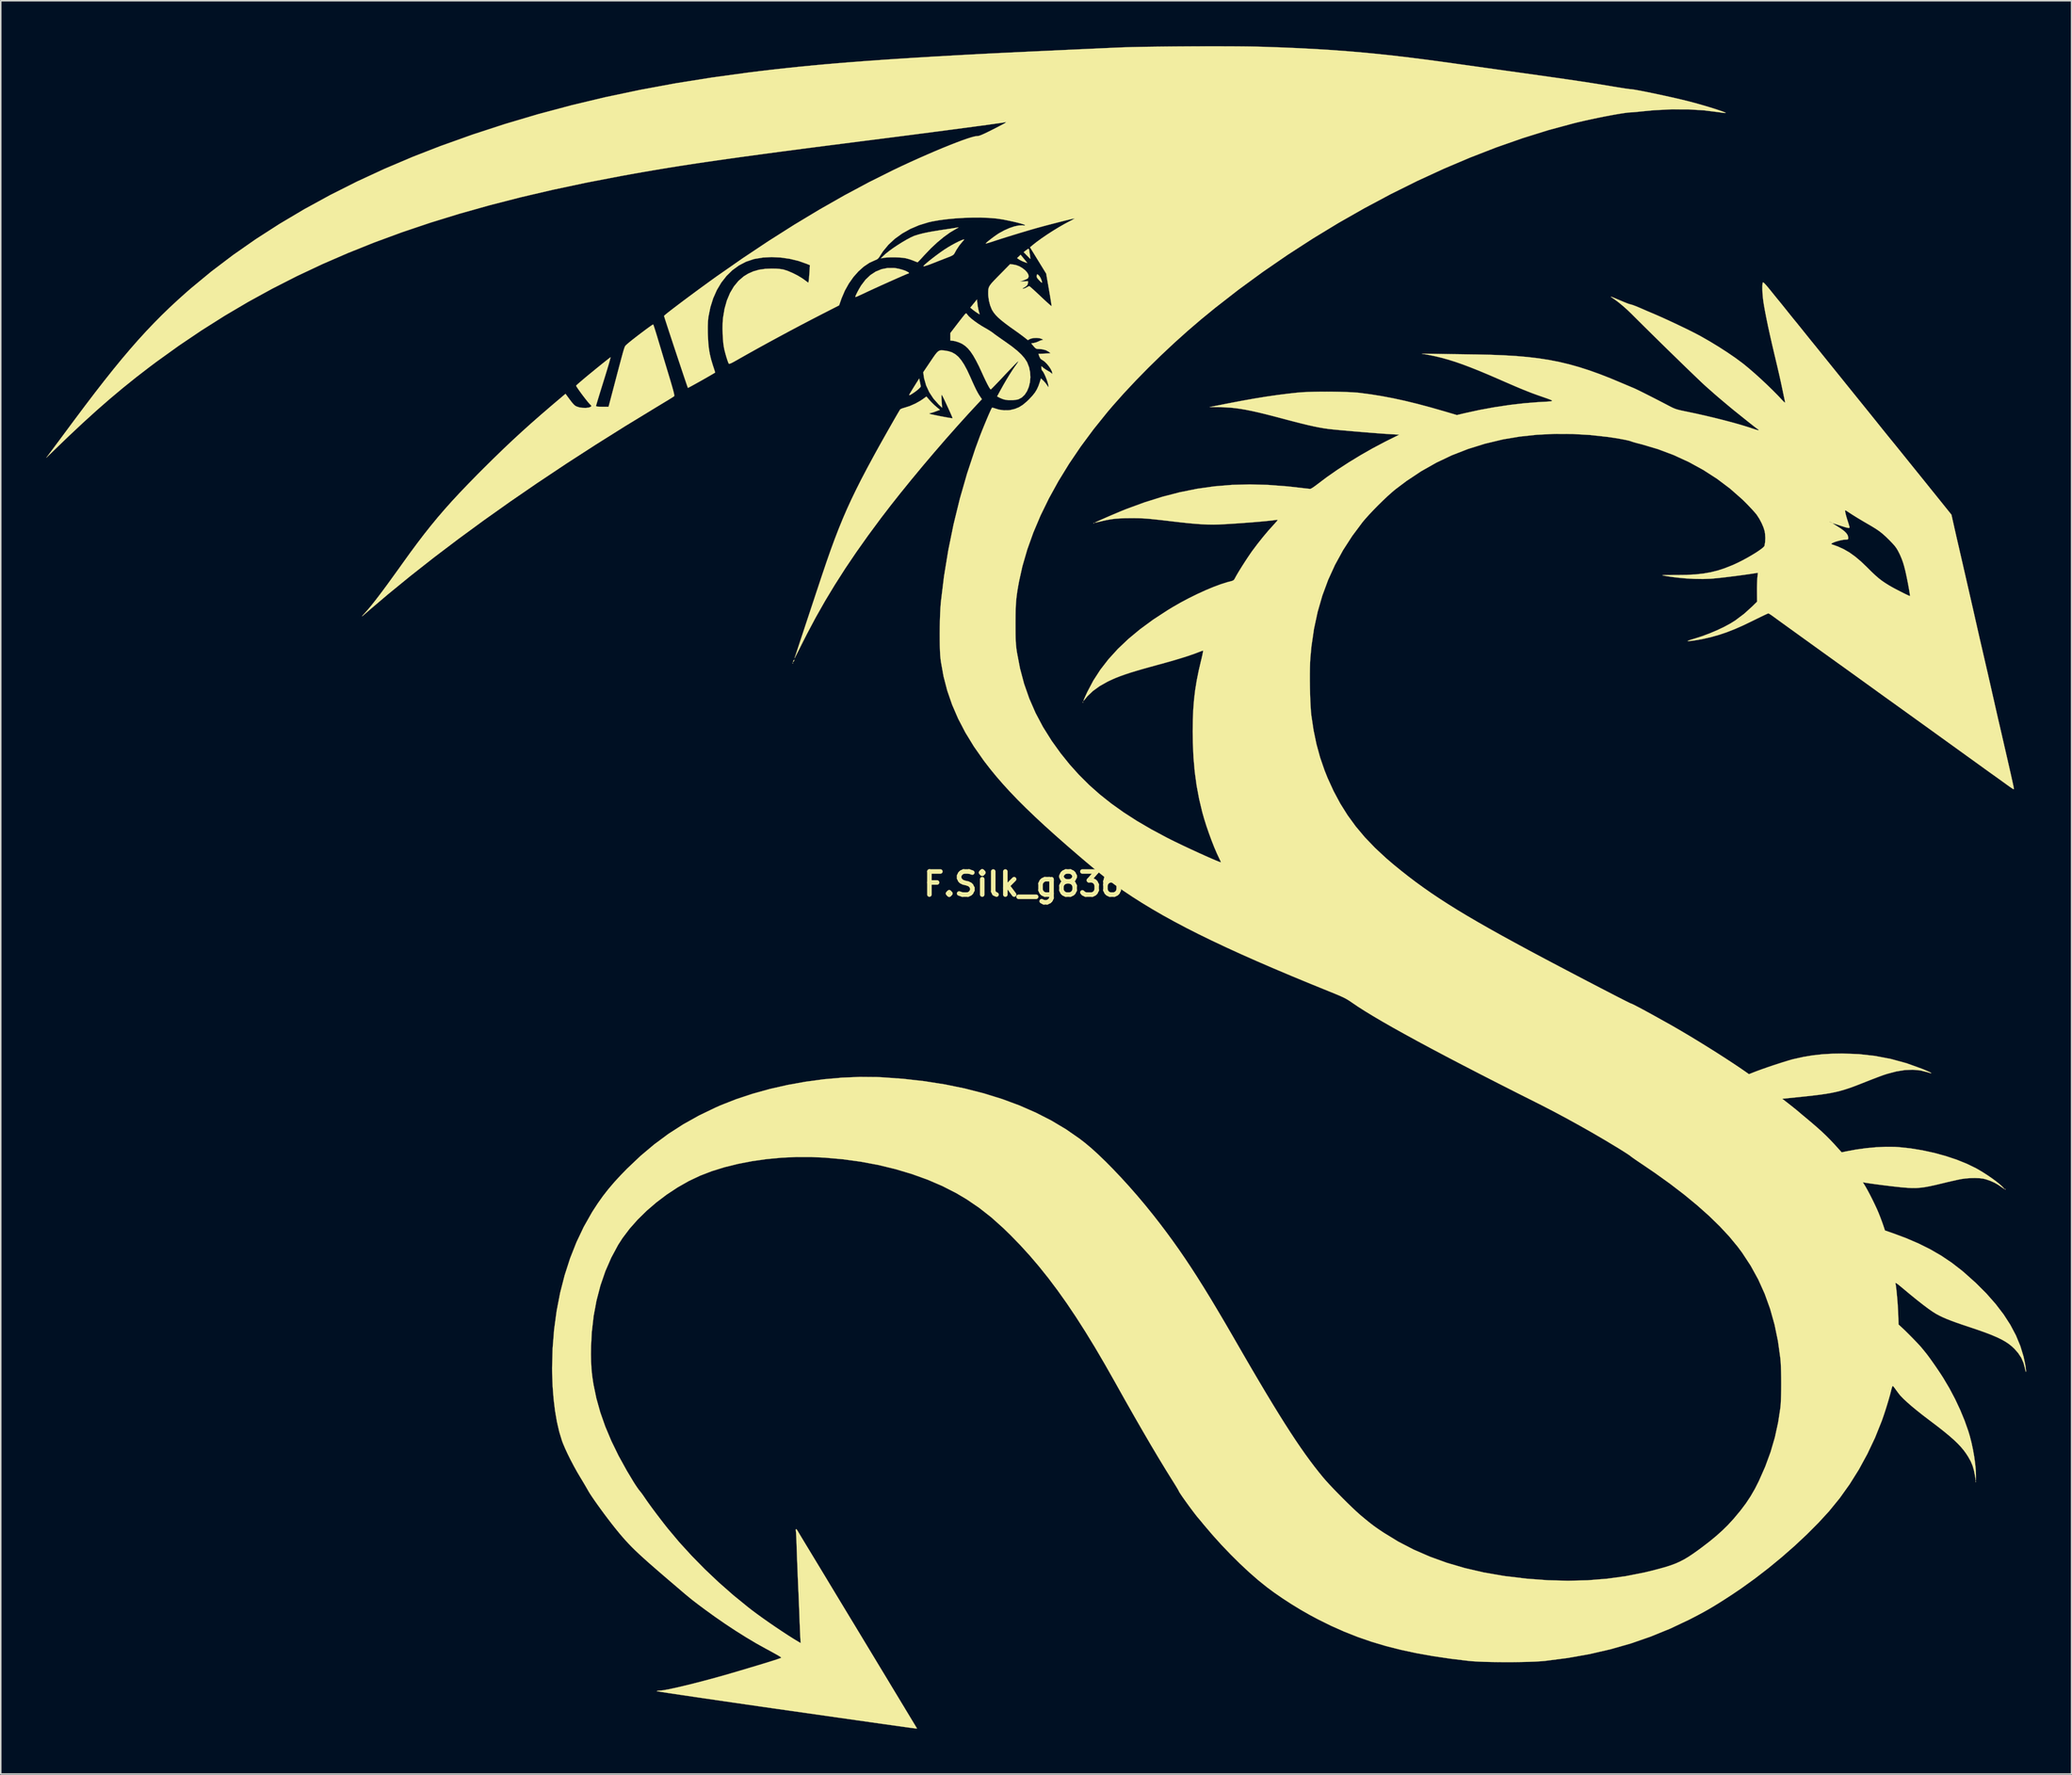
<source format=kicad_pcb>
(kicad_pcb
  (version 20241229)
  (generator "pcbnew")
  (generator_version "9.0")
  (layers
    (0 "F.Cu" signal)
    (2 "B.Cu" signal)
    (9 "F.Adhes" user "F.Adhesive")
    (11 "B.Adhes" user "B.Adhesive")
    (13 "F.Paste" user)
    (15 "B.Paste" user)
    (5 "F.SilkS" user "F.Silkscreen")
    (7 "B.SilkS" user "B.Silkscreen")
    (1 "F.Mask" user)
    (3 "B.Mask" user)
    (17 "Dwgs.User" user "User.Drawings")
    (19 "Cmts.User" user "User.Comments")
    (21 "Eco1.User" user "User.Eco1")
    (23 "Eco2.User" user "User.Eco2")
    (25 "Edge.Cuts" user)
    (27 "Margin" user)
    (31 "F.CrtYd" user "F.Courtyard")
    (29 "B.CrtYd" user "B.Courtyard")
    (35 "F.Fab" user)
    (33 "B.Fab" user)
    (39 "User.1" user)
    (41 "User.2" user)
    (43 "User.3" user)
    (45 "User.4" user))
  (footprint "F.Silk_g836"
    (layer "F.Cu")
    (at 64.451 55.284)
    (property "Reference" "F.Silk_g836" (at 0 0 0) (layer "F.SilkS") (effects (font (size 1.524 1.524) (thickness 0.3))))
    (attr through_hole)
    (fp_poly (pts (xy -15.198 -14.584) (xy -15.219 -14.563) (xy -15.24 -14.584) (xy -15.219 -14.605) (xy -15.198 -14.584)) (stroke (width 0.01) (type solid)) (fill yes) (layer "F.SilkS"))
    (fp_poly (pts (xy 3.937 -12.002) (xy 3.916 -11.98) (xy 3.895 -12.002) (xy 3.916 -12.023) (xy 3.937 -12.002)) (stroke (width 0.01) (type solid)) (fill yes) (layer "F.SilkS"))
    (fp_poly (pts (xy 4.657 -23.812) (xy 4.636 -23.791) (xy 4.614 -23.812) (xy 4.636 -23.834) (xy 4.657 -23.812)) (stroke (width 0.01) (type solid)) (fill yes) (layer "F.SilkS"))
    (fp_poly (pts (xy 62.823 39.434) (xy 62.801 39.455) (xy 62.78 39.434) (xy 62.801 39.412) (xy 62.823 39.434)) (stroke (width 0.01) (type solid)) (fill yes) (layer "F.SilkS"))
    (fp_poly (pts (xy 64.77 20.13) (xy 64.749 20.151) (xy 64.728 20.13) (xy 64.749 20.108) (xy 64.77 20.13)) (stroke (width 0.01) (type solid)) (fill yes) (layer "F.SilkS"))
    (fp_poly (pts (xy -15.114 -14.796) (xy -15.135 -14.726) (xy -15.155 -14.69) (xy -15.189 -14.656) (xy -15.196 -14.668) (xy -15.175 -14.738) (xy -15.155 -14.774) (xy -15.122 -14.808) (xy -15.114 -14.796)) (stroke (width 0.01) (type solid)) (fill yes) (layer "F.SilkS"))
    (fp_poly (pts (xy 0.034 -41.252) (xy 0.135 -41.128) (xy 0.209 -41.034) (xy 0.245 -40.986) (xy 0.246 -40.982) (xy 0.202 -40.997) (xy 0.105 -41.03) (xy 0.042 -41.052) (xy -0.109 -41.115) (xy -0.252 -41.19) (xy -0.285 -41.211) (xy -0.422 -41.303) (xy -0.306 -41.414) (xy -0.19 -41.525) (xy 0.034 -41.252)) (stroke (width 0.01) (type solid)) (fill yes) (layer "F.SilkS"))
    (fp_poly (pts (xy 0.978 -40.192) (xy 1.033 -40.136) (xy 1.095 -40.049) (xy 1.154 -39.933) (xy 1.199 -39.813) (xy 1.22 -39.718) (xy 1.212 -39.679) (xy 1.179 -39.701) (xy 1.105 -39.768) (xy 1.025 -39.848) (xy 0.917 -39.97) (xy 0.869 -40.062) (xy 0.867 -40.128) (xy 0.889 -40.215) (xy 0.92 -40.236) (xy 0.978 -40.192)) (stroke (width 0.01) (type solid)) (fill yes) (layer "F.SilkS"))
    (fp_poly (pts (xy -3.037 -38.284) (xy -3.011 -38.097) (xy -2.975 -37.911) (xy -2.946 -37.793) (xy -2.914 -37.678) (xy -2.896 -37.606) (xy -2.894 -37.593) (xy -2.93 -37.614) (xy -3.013 -37.665) (xy -3.051 -37.689) (xy -3.183 -37.779) (xy -3.324 -37.885) (xy -3.354 -37.91) (xy -3.507 -38.036) (xy -3.288 -38.305) (xy -3.069 -38.573) (xy -3.037 -38.284)) (stroke (width 0.01) (type solid)) (fill yes) (layer "F.SilkS"))
    (fp_poly (pts (xy 0.356 -41.902) (xy 0.371 -41.834) (xy 0.391 -41.718) (xy 0.414 -41.578) (xy 0.434 -41.439) (xy 0.449 -41.326) (xy 0.455 -41.262) (xy 0.454 -41.256) (xy 0.422 -41.283) (xy 0.347 -41.356) (xy 0.244 -41.46) (xy 0.229 -41.475) (xy 0.014 -41.696) (xy 0.177 -41.826) (xy 0.286 -41.903) (xy 0.344 -41.917) (xy 0.356 -41.902)) (stroke (width 0.01) (type solid)) (fill yes) (layer "F.SilkS"))
    (fp_poly (pts (xy -6.828 -33.115) (xy -6.8 -32.979) (xy -6.781 -32.876) (xy -6.775 -32.838) (xy -6.806 -32.782) (xy -6.891 -32.694) (xy -7.016 -32.586) (xy -7.163 -32.474) (xy -7.269 -32.402) (xy -7.406 -32.314) (xy -7.487 -32.27) (xy -7.526 -32.263) (xy -7.535 -32.284) (xy -7.514 -32.328) (xy -7.455 -32.429) (xy -7.367 -32.575) (xy -7.258 -32.753) (xy -7.207 -32.835) (xy -6.879 -33.359) (xy -6.828 -33.115)) (stroke (width 0.01) (type solid)) (fill yes) (layer "F.SilkS"))
    (fp_poly (pts (xy -3.914 -42.522) (xy -3.957 -42.467) (xy -4.026 -42.391) (xy -4.234 -42.137) (xy -4.429 -41.841) (xy -4.522 -41.672) (xy -4.568 -41.59) (xy -4.621 -41.529) (xy -4.699 -41.476) (xy -4.818 -41.42) (xy -4.998 -41.348) (xy -5.025 -41.338) (xy -5.231 -41.258) (xy -5.482 -41.16) (xy -5.749 -41.055) (xy -5.996 -40.957) (xy -6.2 -40.879) (xy -6.376 -40.818) (xy -6.511 -40.777) (xy -6.588 -40.762) (xy -6.598 -40.764) (xy -6.584 -40.798) (xy -6.51 -40.874) (xy -6.388 -40.983) (xy -6.226 -41.117) (xy -6.035 -41.269) (xy -5.825 -41.43) (xy -5.606 -41.593) (xy -5.387 -41.75) (xy -5.209 -41.872) (xy -4.982 -42.016) (xy -4.737 -42.16) (xy -4.49 -42.294) (xy -4.263 -42.408) (xy -4.074 -42.491) (xy -3.979 -42.524) (xy -3.923 -42.537) (xy -3.914 -42.522)) (stroke (width 0.01) (type solid)) (fill yes) (layer "F.SilkS"))
    (fp_poly (pts (xy -8.534 -40.653) (xy -8.436 -40.642) (xy -8.205 -40.598) (xy -7.974 -40.534) (xy -7.771 -40.461) (xy -7.62 -40.384) (xy -7.599 -40.37) (xy -7.547 -40.325) (xy -7.566 -40.299) (xy -7.623 -40.28) (xy -7.7 -40.25) (xy -7.843 -40.19) (xy -8.041 -40.104) (xy -8.283 -39.998) (xy -8.558 -39.876) (xy -8.855 -39.744) (xy -9.164 -39.605) (xy -9.472 -39.466) (xy -9.77 -39.33) (xy -10.046 -39.203) (xy -10.289 -39.09) (xy -10.357 -39.058) (xy -10.612 -38.937) (xy -10.802 -38.85) (xy -10.934 -38.79) (xy -11.019 -38.755) (xy -11.067 -38.741) (xy -11.088 -38.742) (xy -11.091 -38.751) (xy -11.071 -38.819) (xy -11.016 -38.941) (xy -10.937 -39.097) (xy -10.843 -39.269) (xy -10.744 -39.437) (xy -10.701 -39.506) (xy -10.419 -39.879) (xy -10.098 -40.184) (xy -9.743 -40.417) (xy -9.36 -40.574) (xy -8.955 -40.654) (xy -8.534 -40.653)) (stroke (width 0.01) (type solid)) (fill yes) (layer "F.SilkS"))
    (fp_poly (pts (xy -4.287 -43.327) (xy -4.341 -43.291) (xy -4.447 -43.232) (xy -4.453 -43.229) (xy -4.842 -42.999) (xy -5.256 -42.701) (xy -5.684 -42.347) (xy -6.115 -41.944) (xy -6.537 -41.502) (xy -6.537 -41.502) (xy -6.687 -41.337) (xy -6.817 -41.197) (xy -6.916 -41.094) (xy -6.975 -41.037) (xy -6.985 -41.029) (xy -7.032 -41.044) (xy -7.134 -41.083) (xy -7.26 -41.135) (xy -7.45 -41.205) (xy -7.664 -41.269) (xy -7.789 -41.3) (xy -7.97 -41.326) (xy -8.207 -41.345) (xy -8.473 -41.355) (xy -8.741 -41.355) (xy -8.985 -41.346) (xy -9.179 -41.328) (xy -9.221 -41.321) (xy -9.405 -41.285) (xy -9.264 -41.431) (xy -9.094 -41.588) (xy -8.867 -41.769) (xy -8.599 -41.963) (xy -8.308 -42.159) (xy -8.008 -42.348) (xy -7.718 -42.519) (xy -7.452 -42.661) (xy -7.227 -42.764) (xy -7.144 -42.794) (xy -6.899 -42.869) (xy -6.63 -42.938) (xy -6.322 -43.004) (xy -5.964 -43.07) (xy -5.542 -43.139) (xy -5.271 -43.18) (xy -5.001 -43.22) (xy -4.757 -43.257) (xy -4.55 -43.29) (xy -4.396 -43.315) (xy -4.308 -43.33) (xy -4.297 -43.333) (xy -4.287 -43.327)) (stroke (width 0.01) (type solid)) (fill yes) (layer "F.SilkS"))
    (fp_poly (pts (xy -3.758 -37.649) (xy -3.705 -37.578) (xy -3.699 -37.569) (xy -3.601 -37.455) (xy -3.443 -37.312) (xy -3.239 -37.152) (xy -3.004 -36.986) (xy -2.753 -36.825) (xy -2.573 -36.719) (xy -2.385 -36.611) (xy -2.212 -36.504) (xy -2.075 -36.414) (xy -2.003 -36.36) (xy -1.926 -36.3) (xy -1.792 -36.202) (xy -1.616 -36.077) (xy -1.411 -35.933) (xy -1.199 -35.786) (xy -0.773 -35.481) (xy -0.422 -35.2) (xy -0.141 -34.939) (xy 0.072 -34.693) (xy 0.224 -34.46) (xy 0.246 -34.417) (xy 0.368 -34.1) (xy 0.436 -33.769) (xy 0.454 -33.435) (xy 0.424 -33.108) (xy 0.349 -32.801) (xy 0.233 -32.524) (xy 0.079 -32.289) (xy -0.11 -32.108) (xy -0.332 -31.991) (xy -0.419 -31.967) (xy -0.701 -31.93) (xy -0.995 -31.931) (xy -1.239 -31.965) (xy -1.383 -32.01) (xy -1.538 -32.075) (xy -1.569 -32.09) (xy -1.74 -32.177) (xy -1.54 -32.546) (xy -1.328 -32.926) (xy -1.113 -33.296) (xy -0.904 -33.639) (xy -0.712 -33.937) (xy -0.583 -34.125) (xy -0.473 -34.279) (xy -0.394 -34.394) (xy -0.35 -34.467) (xy -0.343 -34.495) (xy -0.376 -34.476) (xy -0.451 -34.408) (xy -0.571 -34.288) (xy -0.74 -34.115) (xy -0.96 -33.884) (xy -1.233 -33.596) (xy -1.366 -33.454) (xy -1.571 -33.237) (xy -1.758 -33.041) (xy -1.917 -32.876) (xy -2.042 -32.748) (xy -2.125 -32.667) (xy -2.157 -32.639) (xy -2.201 -32.678) (xy -2.274 -32.79) (xy -2.373 -32.972) (xy -2.496 -33.217) (xy -2.639 -33.521) (xy -2.727 -33.715) (xy -2.938 -34.172) (xy -3.132 -34.554) (xy -3.312 -34.871) (xy -3.485 -35.129) (xy -3.655 -35.335) (xy -3.828 -35.498) (xy -4.01 -35.624) (xy -4.131 -35.689) (xy -4.305 -35.76) (xy -4.487 -35.817) (xy -4.614 -35.843) (xy -4.826 -35.868) (xy -4.826 -36.358) (xy -4.377 -36.943) (xy -4.225 -37.14) (xy -4.086 -37.319) (xy -3.97 -37.466) (xy -3.887 -37.568) (xy -3.853 -37.608) (xy -3.798 -37.657) (xy -3.758 -37.649)) (stroke (width 0.01) (type solid)) (fill yes) (layer "F.SilkS"))
    (fp_poly (pts (xy -5.231 -35.209) (xy -5.214 -35.207) (xy -4.947 -35.162) (xy -4.709 -35.082) (xy -4.493 -34.96) (xy -4.293 -34.789) (xy -4.102 -34.563) (xy -3.914 -34.276) (xy -3.722 -33.919) (xy -3.52 -33.487) (xy -3.499 -33.44) (xy -3.35 -33.104) (xy -3.225 -32.833) (xy -3.121 -32.617) (xy -3.029 -32.443) (xy -2.946 -32.299) (xy -2.868 -32.18) (xy -2.742 -31.996) (xy -2.888 -31.841) (xy -3.616 -31.057) (xy -4.368 -30.225) (xy -5.134 -29.359) (xy -5.901 -28.472) (xy -6.66 -27.576) (xy -7.399 -26.684) (xy -8.108 -25.81) (xy -8.775 -24.966) (xy -9.39 -24.165) (xy -9.395 -24.158) (xy -10.245 -23.009) (xy -11.033 -21.897) (xy -11.765 -20.812) (xy -12.448 -19.743) (xy -13.09 -18.679) (xy -13.696 -17.609) (xy -14.274 -16.522) (xy -14.549 -15.981) (xy -14.69 -15.699) (xy -14.817 -15.446) (xy -14.926 -15.232) (xy -15.012 -15.064) (xy -15.071 -14.95) (xy -15.098 -14.901) (xy -15.099 -14.901) (xy -15.053 -15.043) (xy -14.983 -15.255) (xy -14.893 -15.529) (xy -14.786 -15.856) (xy -14.664 -16.225) (xy -14.53 -16.628) (xy -14.389 -17.056) (xy -14.243 -17.498) (xy -14.094 -17.946) (xy -13.947 -18.391) (xy -13.804 -18.822) (xy -13.669 -19.232) (xy -13.543 -19.609) (xy -13.432 -19.945) (xy -13.337 -20.232) (xy -13.272 -20.426) (xy -12.984 -21.276) (xy -12.71 -22.057) (xy -12.444 -22.782) (xy -12.18 -23.465) (xy -11.912 -24.12) (xy -11.635 -24.76) (xy -11.343 -25.397) (xy -11.029 -26.047) (xy -10.689 -26.721) (xy -10.315 -27.435) (xy -9.902 -28.2) (xy -9.813 -28.363) (xy -9.666 -28.629) (xy -9.5 -28.929) (xy -9.32 -29.251) (xy -9.132 -29.585) (xy -8.943 -29.92) (xy -8.758 -30.244) (xy -8.585 -30.548) (xy -8.429 -30.819) (xy -8.297 -31.047) (xy -8.194 -31.221) (xy -8.136 -31.317) (xy -8.08 -31.354) (xy -7.967 -31.398) (xy -7.83 -31.438) (xy -7.487 -31.549) (xy -7.128 -31.708) (xy -6.791 -31.898) (xy -6.668 -31.981) (xy -6.401 -32.171) (xy -6.199 -31.935) (xy -6.055 -31.779) (xy -5.884 -31.612) (xy -5.753 -31.496) (xy -5.508 -31.292) (xy -5.805 -31.182) (xy -5.959 -31.129) (xy -6.088 -31.09) (xy -6.166 -31.073) (xy -6.17 -31.073) (xy -6.212 -31.057) (xy -6.2 -31.036) (xy -6.149 -31.018) (xy -6.033 -30.989) (xy -5.868 -30.953) (xy -5.669 -30.912) (xy -5.453 -30.869) (xy -5.236 -30.828) (xy -5.034 -30.791) (xy -4.863 -30.762) (xy -4.74 -30.744) (xy -4.68 -30.74) (xy -4.677 -30.741) (xy -4.689 -30.783) (xy -4.731 -30.886) (xy -4.796 -31.038) (xy -4.879 -31.223) (xy -4.972 -31.429) (xy -5.069 -31.639) (xy -5.163 -31.841) (xy -5.249 -32.021) (xy -5.319 -32.163) (xy -5.367 -32.254) (xy -5.384 -32.279) (xy -5.403 -32.266) (xy -5.41 -32.177) (xy -5.405 -32.008) (xy -5.398 -31.877) (xy -5.368 -31.433) (xy -5.609 -31.665) (xy -5.939 -32.037) (xy -6.211 -32.452) (xy -6.417 -32.896) (xy -6.55 -33.355) (xy -6.584 -33.557) (xy -6.611 -33.776) (xy -6.139 -34.477) (xy -5.969 -34.729) (xy -5.836 -34.919) (xy -5.729 -35.054) (xy -5.638 -35.144) (xy -5.554 -35.196) (xy -5.464 -35.219) (xy -5.36 -35.221) (xy -5.231 -35.209)) (stroke (width 0.01) (type solid)) (fill yes) (layer "F.SilkS"))
    (fp_poly (pts (xy -24.4 -36.877) (xy -24.36 -36.76) (xy -24.303 -36.584) (xy -24.233 -36.36) (xy -24.154 -36.101) (xy -24.087 -35.877) (xy -23.992 -35.562) (xy -23.88 -35.188) (xy -23.757 -34.778) (xy -23.629 -34.354) (xy -23.504 -33.939) (xy -23.388 -33.556) (xy -23.386 -33.55) (xy -23.272 -33.171) (xy -23.183 -32.865) (xy -23.115 -32.626) (xy -23.069 -32.447) (xy -23.041 -32.321) (xy -23.031 -32.24) (xy -23.036 -32.198) (xy -23.041 -32.191) (xy -23.089 -32.159) (xy -23.2 -32.088) (xy -23.366 -31.985) (xy -23.578 -31.856) (xy -23.826 -31.705) (xy -24.102 -31.538) (xy -24.278 -31.432) (xy -26.284 -30.209) (xy -28.246 -28.976) (xy -30.162 -27.738) (xy -32.026 -26.495) (xy -33.836 -25.251) (xy -35.586 -24.01) (xy -37.273 -22.773) (xy -38.893 -21.545) (xy -40.442 -20.326) (xy -41.915 -19.122) (xy -42.989 -18.21) (xy -43.168 -18.057) (xy -43.333 -17.914) (xy -43.471 -17.795) (xy -43.565 -17.714) (xy -43.582 -17.7) (xy -43.619 -17.673) (xy -43.602 -17.702) (xy -43.535 -17.779) (xy -43.514 -17.802) (xy -43.342 -17.993) (xy -43.159 -18.206) (xy -42.961 -18.446) (xy -42.745 -18.72) (xy -42.506 -19.031) (xy -42.239 -19.386) (xy -41.94 -19.791) (xy -41.606 -20.252) (xy -41.231 -20.772) (xy -40.946 -21.171) (xy -40.454 -21.854) (xy -39.987 -22.486) (xy -39.536 -23.077) (xy -39.091 -23.639) (xy -38.644 -24.182) (xy -38.183 -24.718) (xy -37.702 -25.258) (xy -37.189 -25.811) (xy -36.636 -26.39) (xy -36.034 -27.005) (xy -35.606 -27.434) (xy -34.947 -28.087) (xy -34.318 -28.697) (xy -33.704 -29.278) (xy -33.089 -29.845) (xy -32.459 -30.412) (xy -31.796 -30.994) (xy -31.085 -31.605) (xy -30.819 -31.831) (xy -30.205 -32.351) (xy -30.132 -32.252) (xy -29.962 -32.021) (xy -29.832 -31.849) (xy -29.732 -31.725) (xy -29.654 -31.639) (xy -29.587 -31.58) (xy -29.522 -31.538) (xy -29.485 -31.519) (xy -29.304 -31.458) (xy -29.083 -31.424) (xy -28.858 -31.418) (xy -28.668 -31.445) (xy -28.643 -31.452) (xy -28.53 -31.499) (xy -28.496 -31.546) (xy -28.534 -31.606) (xy -28.56 -31.628) (xy -28.628 -31.697) (xy -28.728 -31.814) (xy -28.852 -31.967) (xy -28.987 -32.142) (xy -29.126 -32.325) (xy -29.256 -32.503) (xy -29.369 -32.663) (xy -29.454 -32.79) (xy -29.501 -32.871) (xy -29.506 -32.889) (xy -29.475 -32.924) (xy -29.386 -33.005) (xy -29.249 -33.124) (xy -29.072 -33.275) (xy -28.865 -33.449) (xy -28.636 -33.639) (xy -28.393 -33.838) (xy -28.147 -34.04) (xy -27.905 -34.236) (xy -27.677 -34.419) (xy -27.471 -34.582) (xy -27.297 -34.717) (xy -27.237 -34.763) (xy -27.239 -34.732) (xy -27.264 -34.629) (xy -27.31 -34.461) (xy -27.374 -34.238) (xy -27.455 -33.968) (xy -27.549 -33.659) (xy -27.654 -33.319) (xy -27.691 -33.2) (xy -27.801 -32.847) (xy -27.903 -32.519) (xy -27.994 -32.224) (xy -28.071 -31.971) (xy -28.132 -31.769) (xy -28.173 -31.628) (xy -28.192 -31.556) (xy -28.193 -31.549) (xy -28.168 -31.523) (xy -28.084 -31.506) (xy -27.933 -31.498) (xy -27.78 -31.496) (xy -27.365 -31.496) (xy -27.078 -32.586) (xy -26.932 -33.139) (xy -26.807 -33.617) (xy -26.699 -34.024) (xy -26.608 -34.367) (xy -26.532 -34.651) (xy -26.469 -34.883) (xy -26.418 -35.068) (xy -26.376 -35.212) (xy -26.342 -35.321) (xy -26.314 -35.4) (xy -26.292 -35.457) (xy -26.272 -35.495) (xy -26.253 -35.522) (xy -26.234 -35.543) (xy -26.213 -35.564) (xy -26.21 -35.566) (xy -26.126 -35.643) (xy -25.995 -35.753) (xy -25.827 -35.889) (xy -25.633 -36.041) (xy -25.423 -36.204) (xy -25.209 -36.367) (xy -25.001 -36.523) (xy -24.81 -36.665) (xy -24.645 -36.783) (xy -24.519 -36.871) (xy -24.441 -36.919) (xy -24.421 -36.925) (xy -24.4 -36.877)) (stroke (width 0.01) (type solid)) (fill yes) (layer "F.SilkS"))
    (fp_poly (pts (xy 13.331 -55.277) (xy 13.919 -55.275) (xy 14.462 -55.271) (xy 14.952 -55.265) (xy 15.378 -55.257) (xy 15.706 -55.249) (xy 16.91 -55.208) (xy 18.052 -55.16) (xy 19.145 -55.104) (xy 20.202 -55.04) (xy 21.238 -54.965) (xy 22.266 -54.879) (xy 23.3 -54.78) (xy 24.354 -54.668) (xy 25.442 -54.54) (xy 26.577 -54.397) (xy 27.774 -54.235) (xy 28.427 -54.144) (xy 28.908 -54.076) (xy 29.424 -54.004) (xy 29.956 -53.929) (xy 30.486 -53.854) (xy 30.995 -53.783) (xy 31.465 -53.717) (xy 31.878 -53.659) (xy 32.046 -53.636) (xy 32.835 -53.526) (xy 33.547 -53.427) (xy 34.191 -53.336) (xy 34.773 -53.254) (xy 35.3 -53.179) (xy 35.781 -53.109) (xy 36.223 -53.044) (xy 36.633 -52.983) (xy 37.019 -52.925) (xy 37.387 -52.867) (xy 37.747 -52.811) (xy 38.104 -52.753) (xy 38.467 -52.694) (xy 38.842 -52.631) (xy 38.914 -52.619) (xy 39.201 -52.572) (xy 39.467 -52.53) (xy 39.697 -52.494) (xy 39.879 -52.469) (xy 39.998 -52.454) (xy 40.035 -52.451) (xy 40.137 -52.442) (xy 40.31 -52.415) (xy 40.545 -52.374) (xy 40.831 -52.32) (xy 41.158 -52.255) (xy 41.515 -52.181) (xy 41.893 -52.102) (xy 42.28 -52.018) (xy 42.667 -51.932) (xy 43.043 -51.847) (xy 43.397 -51.764) (xy 43.719 -51.686) (xy 43.864 -51.649) (xy 44.178 -51.567) (xy 44.504 -51.477) (xy 44.832 -51.383) (xy 45.151 -51.289) (xy 45.451 -51.197) (xy 45.721 -51.111) (xy 45.953 -51.033) (xy 46.135 -50.968) (xy 46.258 -50.917) (xy 46.311 -50.885) (xy 46.312 -50.882) (xy 46.274 -50.878) (xy 46.168 -50.887) (xy 46.013 -50.907) (xy 45.858 -50.931) (xy 44.866 -51.055) (xy 43.821 -51.118) (xy 42.725 -51.12) (xy 41.584 -51.061) (xy 40.788 -50.986) (xy 40.562 -50.962) (xy 40.356 -50.942) (xy 40.19 -50.928) (xy 40.084 -50.921) (xy 40.069 -50.921) (xy 39.91 -50.911) (xy 39.681 -50.883) (xy 39.39 -50.839) (xy 39.051 -50.782) (xy 38.672 -50.714) (xy 38.266 -50.636) (xy 37.843 -50.55) (xy 37.414 -50.46) (xy 36.989 -50.366) (xy 36.581 -50.271) (xy 36.301 -50.203) (xy 34.621 -49.748) (xy 32.917 -49.217) (xy 31.194 -48.613) (xy 29.458 -47.939) (xy 27.715 -47.199) (xy 25.97 -46.395) (xy 24.229 -45.53) (xy 22.499 -44.607) (xy 20.784 -43.63) (xy 19.091 -42.601) (xy 17.425 -41.523) (xy 15.793 -40.4) (xy 14.199 -39.235) (xy 12.651 -38.03) (xy 11.705 -37.256) (xy 10.834 -36.509) (xy 9.955 -35.72) (xy 9.082 -34.901) (xy 8.227 -34.065) (xy 7.403 -33.223) (xy 6.622 -32.389) (xy 5.897 -31.574) (xy 5.542 -31.157) (xy 4.628 -30.022) (xy 3.782 -28.881) (xy 3.008 -27.738) (xy 2.306 -26.594) (xy 1.678 -25.454) (xy 1.124 -24.319) (xy 0.648 -23.193) (xy 0.249 -22.078) (xy -0.07 -20.977) (xy -0.292 -19.981) (xy -0.358 -19.62) (xy -0.411 -19.302) (xy -0.451 -19.01) (xy -0.482 -18.726) (xy -0.503 -18.431) (xy -0.516 -18.11) (xy -0.523 -17.744) (xy -0.526 -17.316) (xy -0.526 -17.187) (xy -0.525 -16.801) (xy -0.523 -16.486) (xy -0.518 -16.226) (xy -0.509 -16.009) (xy -0.497 -15.82) (xy -0.48 -15.644) (xy -0.458 -15.467) (xy -0.43 -15.282) (xy -0.229 -14.231) (xy 0.04 -13.22) (xy 0.381 -12.244) (xy 0.795 -11.295) (xy 1.286 -10.368) (xy 1.857 -9.457) (xy 2.447 -8.636) (xy 3.04 -7.899) (xy 3.664 -7.204) (xy 4.327 -6.544) (xy 5.034 -5.916) (xy 5.792 -5.314) (xy 6.608 -4.732) (xy 7.487 -4.166) (xy 8.437 -3.611) (xy 9.464 -3.062) (xy 9.694 -2.945) (xy 9.954 -2.816) (xy 10.248 -2.674) (xy 10.565 -2.522) (xy 10.898 -2.366) (xy 11.236 -2.209) (xy 11.571 -2.055) (xy 11.892 -1.91) (xy 12.191 -1.776) (xy 12.458 -1.66) (xy 12.684 -1.563) (xy 12.859 -1.492) (xy 12.974 -1.449) (xy 13.016 -1.439) (xy 13.011 -1.474) (xy 12.974 -1.563) (xy 12.917 -1.683) (xy 12.753 -2.03) (xy 12.578 -2.439) (xy 12.4 -2.893) (xy 12.225 -3.37) (xy 12.06 -3.851) (xy 11.914 -4.317) (xy 11.794 -4.741) (xy 11.584 -5.621) (xy 11.418 -6.505) (xy 11.295 -7.409) (xy 11.212 -8.348) (xy 11.168 -9.338) (xy 11.159 -10.075) (xy 11.168 -10.831) (xy 11.197 -11.525) (xy 11.248 -12.177) (xy 11.323 -12.807) (xy 11.425 -13.437) (xy 11.556 -14.087) (xy 11.696 -14.682) (xy 11.752 -14.916) (xy 11.798 -15.118) (xy 11.83 -15.277) (xy 11.846 -15.378) (xy 11.845 -15.409) (xy 11.793 -15.395) (xy 11.684 -15.356) (xy 11.539 -15.301) (xy 11.505 -15.288) (xy 11.161 -15.16) (xy 10.74 -15.018) (xy 10.247 -14.864) (xy 9.69 -14.7) (xy 9.073 -14.527) (xy 8.89 -14.478) (xy 8.318 -14.321) (xy 7.819 -14.181) (xy 7.384 -14.054) (xy 7.005 -13.937) (xy 6.672 -13.826) (xy 6.376 -13.72) (xy 6.108 -13.615) (xy 5.858 -13.507) (xy 5.619 -13.395) (xy 5.524 -13.348) (xy 5.014 -13.059) (xy 4.581 -12.745) (xy 4.222 -12.403) (xy 4.031 -12.171) (xy 3.982 -12.11) (xy 3.962 -12.1) (xy 3.972 -12.145) (xy 4.014 -12.25) (xy 4.09 -12.421) (xy 4.202 -12.662) (xy 4.215 -12.689) (xy 4.604 -13.427) (xy 5.068 -14.144) (xy 5.607 -14.84) (xy 6.223 -15.517) (xy 6.918 -16.177) (xy 7.692 -16.819) (xy 8.547 -17.447) (xy 9.484 -18.06) (xy 9.842 -18.278) (xy 10.371 -18.581) (xy 10.915 -18.87) (xy 11.464 -19.141) (xy 12.004 -19.388) (xy 12.522 -19.604) (xy 13.005 -19.784) (xy 13.441 -19.922) (xy 13.657 -19.978) (xy 13.795 -20.019) (xy 13.878 -20.073) (xy 13.935 -20.16) (xy 13.939 -20.169) (xy 14.013 -20.308) (xy 14.125 -20.502) (xy 14.266 -20.736) (xy 14.427 -20.994) (xy 14.599 -21.262) (xy 14.771 -21.524) (xy 14.934 -21.766) (xy 15.078 -21.973) (xy 15.102 -22.005) (xy 15.446 -22.463) (xy 15.804 -22.912) (xy 16.156 -23.331) (xy 16.462 -23.67) (xy 16.586 -23.807) (xy 16.686 -23.92) (xy 16.749 -23.997) (xy 16.764 -24.022) (xy 16.728 -24.034) (xy 16.639 -24.028) (xy 16.626 -24.026) (xy 16.459 -24.002) (xy 16.219 -23.975) (xy 15.918 -23.945) (xy 15.568 -23.913) (xy 15.182 -23.88) (xy 14.77 -23.848) (xy 14.346 -23.817) (xy 13.92 -23.788) (xy 13.505 -23.762) (xy 13.113 -23.74) (xy 12.869 -23.727) (xy 12.54 -23.719) (xy 12.179 -23.724) (xy 11.778 -23.742) (xy 11.325 -23.774) (xy 10.813 -23.821) (xy 10.231 -23.884) (xy 9.948 -23.917) (xy 9.485 -23.971) (xy 9.094 -24.017) (xy 8.765 -24.053) (xy 8.488 -24.082) (xy 8.25 -24.105) (xy 8.042 -24.121) (xy 7.851 -24.132) (xy 7.667 -24.14) (xy 7.479 -24.144) (xy 7.276 -24.145) (xy 7.091 -24.146) (xy 6.687 -24.142) (xy 6.346 -24.129) (xy 6.045 -24.106) (xy 5.763 -24.07) (xy 5.477 -24.018) (xy 5.166 -23.948) (xy 5.14 -23.942) (xy 4.964 -23.9) (xy 4.823 -23.869) (xy 4.734 -23.851) (xy 4.711 -23.85) (xy 4.744 -23.87) (xy 4.842 -23.918) (xy 4.996 -23.988) (xy 5.193 -24.076) (xy 5.422 -24.177) (xy 5.671 -24.285) (xy 5.929 -24.395) (xy 6.184 -24.503) (xy 6.424 -24.604) (xy 6.639 -24.691) (xy 6.791 -24.752) (xy 7.989 -25.191) (xy 9.158 -25.558) (xy 10.309 -25.856) (xy 11.45 -26.085) (xy 12.594 -26.246) (xy 13.75 -26.342) (xy 14.928 -26.373) (xy 16.14 -26.34) (xy 17.394 -26.245) (xy 18.149 -26.161) (xy 18.386 -26.133) (xy 18.597 -26.109) (xy 18.768 -26.09) (xy 18.88 -26.079) (xy 18.915 -26.077) (xy 18.979 -26.102) (xy 19.092 -26.171) (xy 19.234 -26.27) (xy 19.35 -26.358) (xy 19.994 -26.844) (xy 20.704 -27.339) (xy 21.461 -27.831) (xy 22.248 -28.31) (xy 23.048 -28.766) (xy 23.844 -29.186) (xy 24.045 -29.287) (xy 24.786 -29.654) (xy 24.236 -29.687) (xy 23.975 -29.703) (xy 23.659 -29.725) (xy 23.301 -29.752) (xy 22.911 -29.782) (xy 22.502 -29.815) (xy 22.087 -29.85) (xy 21.678 -29.884) (xy 21.286 -29.919) (xy 20.924 -29.951) (xy 20.604 -29.981) (xy 20.338 -30.008) (xy 20.138 -30.03) (xy 20.066 -30.039) (xy 19.78 -30.081) (xy 19.476 -30.134) (xy 19.144 -30.201) (xy 18.773 -30.284) (xy 18.354 -30.385) (xy 17.878 -30.506) (xy 17.333 -30.649) (xy 17.162 -30.695) (xy 16.539 -30.86) (xy 15.988 -31.001) (xy 15.498 -31.12) (xy 15.06 -31.217) (xy 14.666 -31.296) (xy 14.305 -31.358) (xy 13.969 -31.404) (xy 13.647 -31.437) (xy 13.331 -31.457) (xy 13.012 -31.467) (xy 12.941 -31.468) (xy 12.271 -31.475) (xy 13.385 -31.697) (xy 14.311 -31.875) (xy 15.172 -32.03) (xy 15.983 -32.162) (xy 16.759 -32.274) (xy 17.515 -32.368) (xy 18.14 -32.435) (xy 18.417 -32.456) (xy 18.76 -32.472) (xy 19.154 -32.483) (xy 19.583 -32.49) (xy 20.03 -32.491) (xy 20.481 -32.488) (xy 20.92 -32.48) (xy 21.331 -32.467) (xy 21.699 -32.45) (xy 22.007 -32.428) (xy 22.162 -32.413) (xy 22.898 -32.316) (xy 23.634 -32.198) (xy 24.383 -32.056) (xy 25.157 -31.888) (xy 25.97 -31.689) (xy 26.833 -31.458) (xy 27.722 -31.204) (xy 28.584 -30.95) (xy 29.098 -31.072) (xy 30.066 -31.283) (xy 31.059 -31.465) (xy 32.056 -31.615) (xy 33.031 -31.729) (xy 33.961 -31.803) (xy 34.121 -31.812) (xy 34.43 -31.828) (xy 34.656 -31.843) (xy 34.8 -31.86) (xy 34.863 -31.882) (xy 34.847 -31.915) (xy 34.752 -31.962) (xy 34.58 -32.027) (xy 34.332 -32.113) (xy 34.227 -32.15) (xy 33.965 -32.241) (xy 33.723 -32.328) (xy 33.488 -32.415) (xy 33.25 -32.508) (xy 32.997 -32.609) (xy 32.718 -32.724) (xy 32.402 -32.858) (xy 32.039 -33.015) (xy 31.615 -33.199) (xy 31.327 -33.325) (xy 30.649 -33.618) (xy 30.037 -33.874) (xy 29.481 -34.096) (xy 28.971 -34.288) (xy 28.498 -34.453) (xy 28.053 -34.593) (xy 27.627 -34.713) (xy 27.21 -34.816) (xy 26.793 -34.903) (xy 26.681 -34.925) (xy 26.268 -35.002) (xy 27.284 -34.985) (xy 27.583 -34.98) (xy 27.948 -34.974) (xy 28.356 -34.968) (xy 28.79 -34.962) (xy 29.228 -34.955) (xy 29.65 -34.949) (xy 29.824 -34.947) (xy 30.781 -34.927) (xy 31.664 -34.893) (xy 32.484 -34.844) (xy 33.251 -34.777) (xy 33.975 -34.691) (xy 34.666 -34.584) (xy 35.335 -34.453) (xy 35.992 -34.296) (xy 36.648 -34.112) (xy 37.311 -33.899) (xy 37.993 -33.654) (xy 38.705 -33.376) (xy 39.37 -33.098) (xy 39.609 -32.997) (xy 39.833 -32.902) (xy 40.025 -32.821) (xy 40.169 -32.76) (xy 40.238 -32.732) (xy 40.334 -32.689) (xy 40.494 -32.613) (xy 40.704 -32.51) (xy 40.953 -32.386) (xy 41.229 -32.247) (xy 41.52 -32.099) (xy 41.813 -31.949) (xy 42.097 -31.802) (xy 42.36 -31.665) (xy 42.506 -31.588) (xy 42.693 -31.49) (xy 42.847 -31.416) (xy 42.988 -31.358) (xy 43.138 -31.31) (xy 43.318 -31.265) (xy 43.548 -31.215) (xy 43.713 -31.181) (xy 44.349 -31.048) (xy 44.993 -30.903) (xy 45.63 -30.751) (xy 46.246 -30.595) (xy 46.827 -30.44) (xy 47.359 -30.288) (xy 47.829 -30.143) (xy 48.035 -30.074) (xy 48.26 -30) (xy 48.41 -29.958) (xy 48.486 -29.947) (xy 48.49 -29.968) (xy 48.424 -30.021) (xy 48.401 -30.036) (xy 48.332 -30.086) (xy 48.21 -30.18) (xy 48.047 -30.307) (xy 47.858 -30.456) (xy 47.675 -30.603) (xy 47.468 -30.769) (xy 47.273 -30.926) (xy 47.103 -31.062) (xy 46.973 -31.166) (xy 46.904 -31.221) (xy 46.792 -31.312) (xy 46.631 -31.445) (xy 46.438 -31.606) (xy 46.229 -31.782) (xy 46.019 -31.959) (xy 45.824 -32.124) (xy 45.661 -32.264) (xy 45.548 -32.362) (xy 45.431 -32.466) (xy 45.275 -32.604) (xy 45.106 -32.753) (xy 45.019 -32.83) (xy 44.901 -32.937) (xy 44.729 -33.098) (xy 44.509 -33.307) (xy 44.246 -33.559) (xy 43.947 -33.847) (xy 43.618 -34.165) (xy 43.264 -34.509) (xy 42.892 -34.871) (xy 42.508 -35.246) (xy 42.117 -35.629) (xy 41.726 -36.014) (xy 41.34 -36.394) (xy 40.965 -36.764) (xy 40.608 -37.118) (xy 40.274 -37.451) (xy 40.09 -37.635) (xy 39.821 -37.893) (xy 39.537 -38.146) (xy 39.258 -38.376) (xy 39.004 -38.567) (xy 38.915 -38.628) (xy 38.813 -38.698) (xy 38.747 -38.747) (xy 38.735 -38.76) (xy 38.771 -38.751) (xy 38.866 -38.716) (xy 39.001 -38.661) (xy 39.042 -38.644) (xy 39.244 -38.559) (xy 39.466 -38.465) (xy 39.64 -38.392) (xy 39.8 -38.328) (xy 39.945 -38.276) (xy 40.045 -38.249) (xy 40.047 -38.248) (xy 40.156 -38.218) (xy 40.33 -38.154) (xy 40.56 -38.06) (xy 40.836 -37.942) (xy 40.958 -37.888) (xy 41.088 -37.831) (xy 41.256 -37.759) (xy 41.402 -37.698) (xy 41.723 -37.561) (xy 42.091 -37.399) (xy 42.489 -37.218) (xy 42.902 -37.025) (xy 43.315 -36.829) (xy 43.713 -36.637) (xy 44.079 -36.456) (xy 44.399 -36.292) (xy 44.656 -36.155) (xy 44.662 -36.152) (xy 45.265 -35.806) (xy 45.857 -35.446) (xy 46.42 -35.083) (xy 46.941 -34.726) (xy 47.401 -34.386) (xy 47.519 -34.294) (xy 47.855 -34.017) (xy 48.229 -33.693) (xy 48.623 -33.337) (xy 49.019 -32.966) (xy 49.399 -32.596) (xy 49.747 -32.245) (xy 49.987 -31.99) (xy 50.116 -31.855) (xy 50.195 -31.784) (xy 50.23 -31.774) (xy 50.23 -31.8) (xy 50.214 -31.873) (xy 50.185 -32.013) (xy 50.144 -32.204) (xy 50.097 -32.43) (xy 50.058 -32.618) (xy 50.001 -32.888) (xy 49.943 -33.157) (xy 49.881 -33.439) (xy 49.81 -33.748) (xy 49.729 -34.097) (xy 49.634 -34.5) (xy 49.523 -34.967) (xy 49.367 -35.634) (xy 49.225 -36.261) (xy 49.098 -36.841) (xy 48.99 -37.367) (xy 48.9 -37.83) (xy 48.83 -38.225) (xy 48.791 -38.479) (xy 48.761 -38.733) (xy 48.74 -38.988) (xy 48.729 -39.228) (xy 48.728 -39.436) (xy 48.738 -39.597) (xy 48.758 -39.692) (xy 48.762 -39.701) (xy 48.794 -39.7) (xy 48.861 -39.644) (xy 48.967 -39.532) (xy 49.115 -39.358) (xy 49.301 -39.13) (xy 49.46 -38.932) (xy 49.6 -38.758) (xy 49.714 -38.618) (xy 49.792 -38.522) (xy 49.826 -38.481) (xy 49.827 -38.481) (xy 49.859 -38.443) (xy 49.935 -38.349) (xy 50.048 -38.21) (xy 50.187 -38.036) (xy 50.345 -37.839) (xy 50.356 -37.825) (xy 50.515 -37.626) (xy 50.655 -37.451) (xy 50.77 -37.309) (xy 50.849 -37.212) (xy 50.884 -37.169) (xy 50.885 -37.169) (xy 50.917 -37.13) (xy 50.993 -37.037) (xy 51.105 -36.898) (xy 51.245 -36.725) (xy 51.403 -36.528) (xy 51.414 -36.514) (xy 51.578 -36.31) (xy 51.727 -36.124) (xy 51.852 -35.968) (xy 51.944 -35.854) (xy 51.993 -35.794) (xy 51.993 -35.794) (xy 52.044 -35.732) (xy 52.137 -35.617) (xy 52.261 -35.465) (xy 52.403 -35.288) (xy 52.474 -35.2) (xy 52.633 -35.002) (xy 52.829 -34.759) (xy 53.044 -34.492) (xy 53.262 -34.222) (xy 53.461 -33.976) (xy 53.671 -33.715) (xy 53.9 -33.431) (xy 54.13 -33.145) (xy 54.342 -32.882) (xy 54.504 -32.681) (xy 54.7 -32.438) (xy 54.92 -32.166) (xy 55.139 -31.894) (xy 55.337 -31.65) (xy 55.395 -31.578) (xy 55.554 -31.381) (xy 55.75 -31.138) (xy 55.967 -30.868) (xy 56.191 -30.59) (xy 56.405 -30.323) (xy 56.449 -30.268) (xy 56.636 -30.035) (xy 56.816 -29.812) (xy 56.977 -29.612) (xy 57.11 -29.448) (xy 57.205 -29.331) (xy 57.235 -29.295) (xy 57.32 -29.191) (xy 57.444 -29.04) (xy 57.59 -28.859) (xy 57.745 -28.667) (xy 57.785 -28.617) (xy 57.938 -28.427) (xy 58.128 -28.191) (xy 58.339 -27.929) (xy 58.554 -27.663) (xy 58.753 -27.416) (xy 58.926 -27.202) (xy 59.14 -26.936) (xy 59.383 -26.635) (xy 59.643 -26.312) (xy 59.907 -25.983) (xy 60.165 -25.664) (xy 60.265 -25.539) (xy 61.2 -24.376) (xy 61.358 -23.671) (xy 61.422 -23.384) (xy 61.492 -23.076) (xy 61.56 -22.777) (xy 61.62 -22.518) (xy 61.639 -22.437) (xy 61.685 -22.241) (xy 61.746 -21.973) (xy 61.822 -21.645) (xy 61.909 -21.268) (xy 62.004 -20.852) (xy 62.106 -20.408) (xy 62.211 -19.947) (xy 62.318 -19.481) (xy 62.423 -19.021) (xy 62.525 -18.576) (xy 62.62 -18.159) (xy 62.706 -17.78) (xy 62.78 -17.451) (xy 62.821 -17.272) (xy 62.89 -16.967) (xy 62.96 -16.658) (xy 63.026 -16.368) (xy 63.084 -16.114) (xy 63.13 -15.917) (xy 63.14 -15.875) (xy 63.203 -15.603) (xy 63.281 -15.264) (xy 63.371 -14.872) (xy 63.47 -14.445) (xy 63.573 -13.996) (xy 63.677 -13.541) (xy 63.779 -13.095) (xy 63.874 -12.675) (xy 63.961 -12.294) (xy 64.035 -11.97) (xy 64.07 -11.811) (xy 64.133 -11.533) (xy 64.194 -11.265) (xy 64.248 -11.026) (xy 64.292 -10.833) (xy 64.323 -10.702) (xy 64.326 -10.689) (xy 64.354 -10.567) (xy 64.398 -10.381) (xy 64.452 -10.148) (xy 64.512 -9.886) (xy 64.574 -9.614) (xy 64.575 -9.61) (xy 64.638 -9.337) (xy 64.714 -9.004) (xy 64.8 -8.632) (xy 64.889 -8.244) (xy 64.977 -7.861) (xy 65.042 -7.574) (xy 65.113 -7.264) (xy 65.177 -6.978) (xy 65.232 -6.728) (xy 65.276 -6.525) (xy 65.306 -6.379) (xy 65.32 -6.302) (xy 65.32 -6.295) (xy 65.318 -6.275) (xy 65.306 -6.266) (xy 65.276 -6.275) (xy 65.221 -6.306) (xy 65.133 -6.363) (xy 65.004 -6.453) (xy 64.828 -6.579) (xy 64.596 -6.747) (xy 64.41 -6.881) (xy 64.238 -7.005) (xy 64.075 -7.122) (xy 63.943 -7.216) (xy 63.881 -7.26) (xy 63.783 -7.329) (xy 63.64 -7.432) (xy 63.473 -7.552) (xy 63.366 -7.629) (xy 63.219 -7.736) (xy 63.019 -7.88) (xy 62.785 -8.049) (xy 62.532 -8.231) (xy 62.278 -8.414) (xy 62.223 -8.454) (xy 61.951 -8.65) (xy 61.634 -8.878) (xy 61.296 -9.122) (xy 60.958 -9.366) (xy 60.646 -9.591) (xy 60.558 -9.654) (xy 60.284 -9.852) (xy 60.002 -10.055) (xy 59.729 -10.252) (xy 59.482 -10.43) (xy 59.277 -10.577) (xy 59.189 -10.641) (xy 58.963 -10.803) (xy 58.7 -10.993) (xy 58.434 -11.184) (xy 58.196 -11.356) (xy 58.194 -11.357) (xy 57.96 -11.526) (xy 57.76 -11.67) (xy 57.574 -11.804) (xy 57.38 -11.943) (xy 57.156 -12.103) (xy 56.93 -12.265) (xy 56.773 -12.377) (xy 56.578 -12.518) (xy 56.371 -12.667) (xy 56.239 -12.764) (xy 56.066 -12.889) (xy 55.906 -13.004) (xy 55.78 -13.095) (xy 55.711 -13.145) (xy 55.636 -13.198) (xy 55.507 -13.291) (xy 55.34 -13.412) (xy 55.148 -13.55) (xy 55.036 -13.631) (xy 54.804 -13.799) (xy 54.555 -13.978) (xy 54.316 -14.15) (xy 54.112 -14.297) (xy 54.065 -14.33) (xy 53.895 -14.452) (xy 53.666 -14.616) (xy 53.39 -14.815) (xy 53.077 -15.04) (xy 52.738 -15.283) (xy 52.383 -15.539) (xy 52.024 -15.798) (xy 51.67 -16.053) (xy 51.332 -16.296) (xy 51.308 -16.313) (xy 51.062 -16.491) (xy 50.782 -16.693) (xy 50.502 -16.895) (xy 50.255 -17.073) (xy 50.25 -17.077) (xy 50.038 -17.23) (xy 49.825 -17.384) (xy 49.631 -17.525) (xy 49.478 -17.637) (xy 49.445 -17.661) (xy 49.311 -17.756) (xy 49.201 -17.827) (xy 49.133 -17.862) (xy 49.124 -17.864) (xy 49.076 -17.846) (xy 48.962 -17.795) (xy 48.793 -17.716) (xy 48.58 -17.613) (xy 48.332 -17.492) (xy 48.066 -17.361) (xy 47.46 -17.069) (xy 46.904 -16.824) (xy 46.38 -16.618) (xy 45.871 -16.447) (xy 45.36 -16.303) (xy 44.83 -16.181) (xy 44.683 -16.151) (xy 44.472 -16.113) (xy 44.266 -16.08) (xy 44.081 -16.055) (xy 43.932 -16.039) (xy 43.834 -16.035) (xy 43.801 -16.043) (xy 43.803 -16.047) (xy 43.855 -16.07) (xy 43.971 -16.11) (xy 44.132 -16.162) (xy 44.302 -16.213) (xy 44.779 -16.366) (xy 45.269 -16.55) (xy 45.752 -16.755) (xy 46.209 -16.973) (xy 46.62 -17.195) (xy 46.944 -17.397) (xy 47.522 -17.832) (xy 48.056 -18.315) (xy 48.381 -18.634) (xy 48.375 -19.297) (xy 48.375 -19.554) (xy 48.38 -19.807) (xy 48.388 -20.032) (xy 48.399 -20.206) (xy 48.403 -20.252) (xy 48.437 -20.544) (xy 48.253 -20.514) (xy 47.953 -20.468) (xy 47.607 -20.418) (xy 47.231 -20.367) (xy 46.843 -20.316) (xy 46.459 -20.269) (xy 46.095 -20.226) (xy 45.769 -20.191) (xy 45.495 -20.164) (xy 45.318 -20.15) (xy 44.812 -20.132) (xy 44.254 -20.14) (xy 43.673 -20.171) (xy 43.099 -20.226) (xy 42.697 -20.279) (xy 42.491 -20.312) (xy 42.318 -20.341) (xy 42.194 -20.365) (xy 42.134 -20.38) (xy 42.131 -20.381) (xy 42.166 -20.386) (xy 42.274 -20.39) (xy 42.444 -20.393) (xy 42.663 -20.395) (xy 42.922 -20.396) (xy 43.08 -20.396) (xy 43.725 -20.403) (xy 44.303 -20.434) (xy 44.83 -20.491) (xy 45.32 -20.576) (xy 45.79 -20.693) (xy 46.254 -20.845) (xy 46.729 -21.033) (xy 46.842 -21.082) (xy 47.121 -21.212) (xy 47.411 -21.358) (xy 47.701 -21.514) (xy 47.981 -21.674) (xy 48.241 -21.831) (xy 48.469 -21.979) (xy 48.656 -22.112) (xy 48.79 -22.222) (xy 48.862 -22.304) (xy 48.869 -22.321) (xy 48.894 -22.461) (xy 53.281 -22.461) (xy 53.284 -22.429) (xy 53.298 -22.424) (xy 53.719 -22.273) (xy 54.109 -22.093) (xy 54.481 -21.876) (xy 54.85 -21.611) (xy 55.23 -21.291) (xy 55.634 -20.905) (xy 55.668 -20.87) (xy 55.943 -20.597) (xy 56.179 -20.375) (xy 56.392 -20.19) (xy 56.598 -20.029) (xy 56.815 -19.879) (xy 57.057 -19.727) (xy 57.114 -19.693) (xy 57.253 -19.613) (xy 57.429 -19.516) (xy 57.629 -19.411) (xy 57.836 -19.304) (xy 58.036 -19.203) (xy 58.214 -19.116) (xy 58.355 -19.05) (xy 58.445 -19.013) (xy 58.466 -19.008) (xy 58.465 -19.047) (xy 58.451 -19.157) (xy 58.424 -19.326) (xy 58.387 -19.54) (xy 58.342 -19.788) (xy 58.331 -19.844) (xy 58.244 -20.282) (xy 58.164 -20.65) (xy 58.085 -20.962) (xy 58.004 -21.233) (xy 57.916 -21.475) (xy 57.819 -21.704) (xy 57.752 -21.844) (xy 57.657 -22.025) (xy 57.564 -22.177) (xy 57.457 -22.32) (xy 57.319 -22.476) (xy 57.135 -22.667) (xy 57.129 -22.674) (xy 56.881 -22.917) (xy 56.661 -23.115) (xy 56.445 -23.286) (xy 56.208 -23.448) (xy 55.927 -23.62) (xy 55.816 -23.685) (xy 55.376 -23.941) (xy 54.994 -24.17) (xy 54.676 -24.368) (xy 54.525 -24.466) (xy 54.363 -24.573) (xy 54.261 -24.638) (xy 54.206 -24.661) (xy 54.186 -24.647) (xy 54.189 -24.596) (xy 54.201 -24.525) (xy 54.226 -24.41) (xy 54.271 -24.243) (xy 54.328 -24.053) (xy 54.355 -23.97) (xy 54.41 -23.798) (xy 54.453 -23.656) (xy 54.479 -23.562) (xy 54.483 -23.539) (xy 54.468 -23.508) (xy 54.416 -23.5) (xy 54.318 -23.516) (xy 54.164 -23.558) (xy 53.944 -23.628) (xy 53.848 -23.66) (xy 53.66 -23.723) (xy 53.505 -23.774) (xy 53.397 -23.807) (xy 53.354 -23.818) (xy 53.353 -23.818) (xy 53.383 -23.794) (xy 53.469 -23.738) (xy 53.595 -23.658) (xy 53.65 -23.625) (xy 53.923 -23.448) (xy 54.127 -23.296) (xy 54.267 -23.158) (xy 54.354 -23.026) (xy 54.393 -22.893) (xy 54.398 -22.819) (xy 54.383 -22.761) (xy 54.324 -22.737) (xy 54.24 -22.732) (xy 54.1 -22.722) (xy 53.936 -22.694) (xy 53.764 -22.653) (xy 53.598 -22.605) (xy 53.452 -22.553) (xy 53.342 -22.504) (xy 53.281 -22.461) (xy 48.894 -22.461) (xy 48.912 -22.56) (xy 48.925 -22.839) (xy 48.908 -23.119) (xy 48.876 -23.304) (xy 48.798 -23.551) (xy 48.677 -23.829) (xy 48.664 -23.855) (xy 53.255 -23.855) (xy 53.276 -23.834) (xy 53.298 -23.855) (xy 53.276 -23.876) (xy 53.255 -23.855) (xy 48.664 -23.855) (xy 48.641 -23.897) (xy 53.171 -23.897) (xy 53.192 -23.876) (xy 53.213 -23.897) (xy 53.192 -23.918) (xy 53.171 -23.897) (xy 48.641 -23.897) (xy 48.529 -24.107) (xy 48.37 -24.353) (xy 48.334 -24.402) (xy 48.225 -24.532) (xy 48.071 -24.704) (xy 47.888 -24.9) (xy 47.693 -25.102) (xy 47.5 -25.295) (xy 47.392 -25.399) (xy 46.596 -26.099) (xy 45.739 -26.744) (xy 44.829 -27.33) (xy 43.872 -27.854) (xy 42.876 -28.311) (xy 41.849 -28.698) (xy 40.796 -29.011) (xy 40.681 -29.04) (xy 40.475 -29.093) (xy 40.295 -29.142) (xy 40.159 -29.183) (xy 40.086 -29.209) (xy 40.083 -29.21) (xy 39.995 -29.241) (xy 39.836 -29.281) (xy 39.62 -29.326) (xy 39.358 -29.375) (xy 39.064 -29.425) (xy 38.75 -29.474) (xy 38.54 -29.504) (xy 37.366 -29.634) (xy 36.186 -29.701) (xy 35.014 -29.706) (xy 33.862 -29.649) (xy 32.743 -29.53) (xy 31.669 -29.351) (xy 31.599 -29.337) (xy 30.438 -29.059) (xy 29.325 -28.713) (xy 28.255 -28.296) (xy 27.223 -27.806) (xy 26.227 -27.241) (xy 25.26 -26.599) (xy 24.528 -26.047) (xy 24.285 -25.843) (xy 24.002 -25.589) (xy 23.696 -25.299) (xy 23.381 -24.99) (xy 23.073 -24.675) (xy 22.787 -24.371) (xy 22.537 -24.093) (xy 22.363 -23.886) (xy 21.68 -22.971) (xy 21.074 -22.032) (xy 20.545 -21.066) (xy 20.09 -20.068) (xy 19.709 -19.036) (xy 19.4 -17.964) (xy 19.161 -16.851) (xy 18.992 -15.692) (xy 18.921 -14.939) (xy 18.903 -14.637) (xy 18.892 -14.273) (xy 18.887 -13.864) (xy 18.887 -13.427) (xy 18.892 -12.977) (xy 18.902 -12.532) (xy 18.917 -12.106) (xy 18.937 -11.718) (xy 18.96 -11.382) (xy 18.985 -11.134) (xy 19.131 -10.158) (xy 19.321 -9.239) (xy 19.561 -8.361) (xy 19.855 -7.507) (xy 20.054 -7.009) (xy 20.451 -6.14) (xy 20.888 -5.322) (xy 21.374 -4.547) (xy 21.913 -3.806) (xy 22.513 -3.092) (xy 23.181 -2.395) (xy 23.922 -1.706) (xy 24.405 -1.293) (xy 24.89 -0.898) (xy 25.374 -0.515) (xy 25.865 -0.143) (xy 26.368 0.223) (xy 26.888 0.587) (xy 27.433 0.952) (xy 28.007 1.323) (xy 28.616 1.703) (xy 29.268 2.095) (xy 29.967 2.505) (xy 30.72 2.934) (xy 31.532 3.388) (xy 32.41 3.869) (xy 33.295 4.348) (xy 33.642 4.534) (xy 34.024 4.737) (xy 34.435 4.956) (xy 34.87 5.186) (xy 35.323 5.425) (xy 35.786 5.669) (xy 36.255 5.915) (xy 36.723 6.16) (xy 37.183 6.401) (xy 37.631 6.634) (xy 38.059 6.857) (xy 38.461 7.065) (xy 38.833 7.257) (xy 39.166 7.429) (xy 39.456 7.577) (xy 39.696 7.699) (xy 39.88 7.791) (xy 40.002 7.851) (xy 40.056 7.874) (xy 40.058 7.874) (xy 40.111 7.894) (xy 40.229 7.949) (xy 40.399 8.036) (xy 40.613 8.147) (xy 40.859 8.278) (xy 41.128 8.424) (xy 41.41 8.578) (xy 41.614 8.691) (xy 41.823 8.808) (xy 42.023 8.92) (xy 42.194 9.015) (xy 42.315 9.082) (xy 42.333 9.092) (xy 42.816 9.363) (xy 43.35 9.673) (xy 43.921 10.012) (xy 44.514 10.371) (xy 45.115 10.743) (xy 45.71 11.117) (xy 46.284 11.485) (xy 46.823 11.838) (xy 47.312 12.166) (xy 47.641 12.394) (xy 47.847 12.539) (xy 48.191 12.402) (xy 48.436 12.309) (xy 48.732 12.202) (xy 49.062 12.086) (xy 49.409 11.968) (xy 49.757 11.854) (xy 50.088 11.747) (xy 50.386 11.655) (xy 50.634 11.583) (xy 50.779 11.544) (xy 51.426 11.401) (xy 52.059 11.296) (xy 52.703 11.225) (xy 53.383 11.187) (xy 53.996 11.177) (xy 55.093 11.216) (xy 56.162 11.335) (xy 57.206 11.534) (xy 58.229 11.813) (xy 59.233 12.174) (xy 59.445 12.261) (xy 59.655 12.353) (xy 59.796 12.42) (xy 59.867 12.462) (xy 59.866 12.477) (xy 59.792 12.463) (xy 59.642 12.418) (xy 59.599 12.405) (xy 59.14 12.291) (xy 58.65 12.246) (xy 58.126 12.268) (xy 57.564 12.359) (xy 56.959 12.518) (xy 56.684 12.608) (xy 56.533 12.663) (xy 56.321 12.742) (xy 56.069 12.839) (xy 55.794 12.946) (xy 55.515 13.056) (xy 55.478 13.071) (xy 55.096 13.222) (xy 54.754 13.353) (xy 54.44 13.465) (xy 54.142 13.561) (xy 53.851 13.645) (xy 53.554 13.717) (xy 53.242 13.781) (xy 52.902 13.839) (xy 52.524 13.893) (xy 52.096 13.946) (xy 51.609 14) (xy 51.05 14.059) (xy 50.939 14.07) (xy 50.04 14.161) (xy 50.341 14.393) (xy 50.492 14.511) (xy 50.658 14.642) (xy 50.823 14.774) (xy 50.973 14.895) (xy 51.092 14.993) (xy 51.166 15.056) (xy 51.181 15.07) (xy 51.22 15.104) (xy 51.311 15.181) (xy 51.439 15.288) (xy 51.583 15.408) (xy 51.988 15.747) (xy 52.339 16.05) (xy 52.649 16.329) (xy 52.932 16.598) (xy 53.202 16.869) (xy 53.473 17.156) (xy 53.703 17.411) (xy 53.96 17.697) (xy 54.274 17.631) (xy 54.919 17.511) (xy 55.579 17.42) (xy 56.235 17.359) (xy 56.865 17.331) (xy 57.449 17.335) (xy 57.714 17.351) (xy 58.498 17.434) (xy 59.286 17.563) (xy 60.065 17.732) (xy 60.821 17.939) (xy 61.541 18.178) (xy 62.209 18.448) (xy 62.813 18.742) (xy 62.962 18.825) (xy 63.27 19.009) (xy 63.579 19.207) (xy 63.874 19.41) (xy 64.144 19.608) (xy 64.373 19.792) (xy 64.549 19.951) (xy 64.622 20.028) (xy 64.707 20.127) (xy 64.601 20.055) (xy 64.506 19.992) (xy 64.376 19.904) (xy 64.283 19.84) (xy 64.043 19.702) (xy 63.758 19.575) (xy 63.468 19.475) (xy 63.284 19.43) (xy 63.049 19.402) (xy 62.76 19.391) (xy 62.445 19.397) (xy 62.134 19.42) (xy 61.875 19.455) (xy 61.719 19.485) (xy 61.501 19.532) (xy 61.237 19.591) (xy 60.947 19.658) (xy 60.649 19.73) (xy 60.562 19.751) (xy 60.131 19.854) (xy 59.763 19.934) (xy 59.443 19.992) (xy 59.154 20.03) (xy 58.879 20.049) (xy 58.602 20.051) (xy 58.306 20.037) (xy 57.974 20.01) (xy 57.932 20.006) (xy 57.644 19.976) (xy 57.316 19.94) (xy 56.966 19.898) (xy 56.613 19.854) (xy 56.272 19.81) (xy 55.964 19.768) (xy 55.704 19.73) (xy 55.521 19.701) (xy 55.353 19.671) (xy 55.434 19.794) (xy 55.54 19.967) (xy 55.67 20.2) (xy 55.817 20.476) (xy 55.971 20.778) (xy 56.123 21.09) (xy 56.265 21.394) (xy 56.315 21.505) (xy 56.404 21.714) (xy 56.505 21.97) (xy 56.606 22.238) (xy 56.694 22.485) (xy 56.723 22.57) (xy 56.815 22.851) (xy 57.268 23.007) (xy 58.182 23.345) (xy 59.023 23.706) (xy 59.802 24.094) (xy 60.529 24.515) (xy 61.214 24.976) (xy 61.869 25.482) (xy 62.039 25.625) (xy 62.813 26.318) (xy 63.502 27.007) (xy 64.11 27.696) (xy 64.637 28.385) (xy 65.084 29.076) (xy 65.452 29.772) (xy 65.743 30.473) (xy 65.959 31.182) (xy 66.062 31.67) (xy 66.091 31.852) (xy 66.11 32.003) (xy 66.119 32.112) (xy 66.118 32.172) (xy 66.106 32.173) (xy 66.085 32.107) (xy 66.058 31.983) (xy 65.955 31.592) (xy 65.806 31.25) (xy 65.598 30.936) (xy 65.36 30.664) (xy 65.181 30.495) (xy 64.983 30.337) (xy 64.757 30.186) (xy 64.496 30.039) (xy 64.191 29.892) (xy 63.834 29.74) (xy 63.418 29.58) (xy 62.934 29.409) (xy 62.442 29.243) (xy 61.96 29.082) (xy 61.549 28.94) (xy 61.2 28.812) (xy 60.901 28.695) (xy 60.644 28.584) (xy 60.418 28.476) (xy 60.213 28.367) (xy 60.177 28.346) (xy 59.95 28.204) (xy 59.665 28.004) (xy 59.324 27.748) (xy 58.929 27.438) (xy 58.483 27.076) (xy 58.005 26.677) (xy 57.805 26.511) (xy 57.662 26.397) (xy 57.568 26.332) (xy 57.519 26.312) (xy 57.507 26.331) (xy 57.509 26.338) (xy 57.533 26.474) (xy 57.56 26.678) (xy 57.588 26.934) (xy 57.615 27.225) (xy 57.641 27.535) (xy 57.663 27.849) (xy 57.68 28.148) (xy 57.687 28.319) (xy 57.714 29.058) (xy 57.969 29.293) (xy 58.122 29.438) (xy 58.305 29.618) (xy 58.505 29.818) (xy 58.708 30.025) (xy 58.899 30.224) (xy 59.064 30.4) (xy 59.189 30.539) (xy 59.231 30.589) (xy 59.347 30.73) (xy 59.473 30.885) (xy 59.521 30.943) (xy 59.64 31.097) (xy 59.793 31.305) (xy 59.968 31.551) (xy 60.154 31.818) (xy 60.339 32.09) (xy 60.512 32.35) (xy 60.661 32.581) (xy 60.67 32.597) (xy 61.068 33.269) (xy 61.439 33.972) (xy 61.775 34.687) (xy 62.068 35.396) (xy 62.309 36.079) (xy 62.414 36.428) (xy 62.526 36.867) (xy 62.624 37.331) (xy 62.706 37.8) (xy 62.767 38.253) (xy 62.806 38.669) (xy 62.818 39.029) (xy 62.817 39.053) (xy 62.813 39.391) (xy 62.758 39.053) (xy 62.685 38.684) (xy 62.593 38.369) (xy 62.468 38.075) (xy 62.3 37.774) (xy 62.165 37.567) (xy 62.009 37.353) (xy 61.829 37.137) (xy 61.616 36.911) (xy 61.366 36.671) (xy 61.07 36.411) (xy 60.724 36.124) (xy 60.32 35.806) (xy 59.853 35.45) (xy 59.72 35.35) (xy 59.308 35.036) (xy 58.926 34.733) (xy 58.581 34.448) (xy 58.281 34.186) (xy 58.032 33.953) (xy 57.842 33.757) (xy 57.751 33.648) (xy 57.639 33.499) (xy 57.522 33.34) (xy 57.483 33.285) (xy 57.405 33.183) (xy 57.344 33.118) (xy 57.323 33.105) (xy 57.3 33.143) (xy 57.265 33.244) (xy 57.226 33.389) (xy 57.216 33.433) (xy 57.149 33.692) (xy 57.06 34.009) (xy 56.955 34.359) (xy 56.842 34.72) (xy 56.727 35.069) (xy 56.617 35.384) (xy 56.599 35.433) (xy 56.161 36.524) (xy 55.658 37.588) (xy 55.098 38.616) (xy 54.485 39.596) (xy 53.825 40.52) (xy 53.126 41.378) (xy 53.107 41.398) (xy 52.424 42.142) (xy 51.671 42.898) (xy 50.863 43.655) (xy 50.012 44.401) (xy 49.131 45.127) (xy 48.233 45.82) (xy 47.331 46.47) (xy 46.736 46.872) (xy 46.278 47.17) (xy 45.872 47.428) (xy 45.499 47.657) (xy 45.143 47.867) (xy 44.785 48.067) (xy 44.41 48.268) (xy 43.999 48.48) (xy 43.9 48.531) (xy 42.646 49.124) (xy 41.367 49.646) (xy 40.059 50.099) (xy 38.714 50.484) (xy 37.328 50.803) (xy 35.894 51.057) (xy 34.408 51.249) (xy 34.375 51.253) (xy 34.079 51.277) (xy 33.713 51.298) (xy 33.293 51.313) (xy 32.832 51.324) (xy 32.345 51.331) (xy 31.844 51.333) (xy 31.345 51.33) (xy 30.861 51.323) (xy 30.406 51.312) (xy 29.995 51.296) (xy 29.641 51.275) (xy 29.379 51.252) (xy 28.154 51.104) (xy 27.003 50.934) (xy 25.917 50.74) (xy 24.888 50.52) (xy 23.906 50.271) (xy 22.962 49.989) (xy 22.05 49.674) (xy 21.158 49.322) (xy 20.28 48.931) (xy 19.405 48.498) (xy 18.86 48.206) (xy 18.277 47.873) (xy 17.675 47.505) (xy 17.08 47.118) (xy 16.516 46.728) (xy 16.044 46.378) (xy 15.48 45.923) (xy 14.888 45.406) (xy 14.278 44.837) (xy 13.664 44.229) (xy 13.057 43.594) (xy 12.469 42.942) (xy 11.911 42.287) (xy 11.81 42.164) (xy 11.703 42.033) (xy 11.606 41.918) (xy 11.544 41.846) (xy 11.46 41.747) (xy 11.344 41.6) (xy 11.206 41.419) (xy 11.052 41.214) (xy 10.892 40.996) (xy 10.733 40.777) (xy 10.584 40.568) (xy 10.452 40.38) (xy 10.347 40.224) (xy 10.275 40.112) (xy 10.245 40.055) (xy 10.245 40.052) (xy 10.223 40.006) (xy 10.163 39.9) (xy 10.071 39.746) (xy 9.954 39.556) (xy 9.82 39.341) (xy 9.806 39.319) (xy 9.378 38.63) (xy 8.914 37.866) (xy 8.415 37.027) (xy 7.883 36.115) (xy 7.317 35.131) (xy 6.718 34.076) (xy 6.088 32.951) (xy 6.032 32.851) (xy 5.362 31.668) (xy 4.713 30.561) (xy 4.079 29.525) (xy 3.459 28.555) (xy 2.847 27.645) (xy 2.24 26.79) (xy 1.634 25.985) (xy 1.025 25.224) (xy 0.41 24.503) (xy -0.215 23.816) (xy -0.855 23.158) (xy -1.34 22.686) (xy -2.126 21.982) (xy -2.925 21.354) (xy -3.75 20.793) (xy -4.438 20.385) (xy -5.349 19.92) (xy -6.323 19.501) (xy -7.355 19.129) (xy -8.437 18.806) (xy -9.559 18.534) (xy -10.716 18.316) (xy -11.898 18.153) (xy -13.099 18.046) (xy -13.991 18.006) (xy -14.976 18.004) (xy -15.965 18.05) (xy -16.946 18.143) (xy -17.907 18.28) (xy -18.837 18.46) (xy -19.725 18.68) (xy -20.558 18.939) (xy -21.326 19.235) (xy -21.336 19.239) (xy -22.08 19.593) (xy -22.812 20.009) (xy -23.525 20.479) (xy -24.207 20.995) (xy -24.85 21.548) (xy -25.444 22.131) (xy -25.979 22.735) (xy -26.445 23.352) (xy -26.735 23.803) (xy -27.188 24.645) (xy -27.577 25.539) (xy -27.901 26.481) (xy -28.159 27.467) (xy -28.35 28.491) (xy -28.471 29.549) (xy -28.52 30.467) (xy -28.527 31.02) (xy -28.518 31.513) (xy -28.493 31.969) (xy -28.449 32.412) (xy -28.384 32.863) (xy -28.358 33.02) (xy -28.168 33.934) (xy -27.909 34.856) (xy -27.581 35.789) (xy -27.182 36.739) (xy -26.709 37.709) (xy -26.161 38.704) (xy -25.711 39.452) (xy -25.592 39.638) (xy -25.477 39.809) (xy -25.38 39.946) (xy -25.316 40.026) (xy -25.24 40.119) (xy -25.136 40.259) (xy -25.023 40.421) (xy -24.975 40.492) (xy -24.834 40.697) (xy -24.65 40.954) (xy -24.434 41.249) (xy -24.196 41.567) (xy -23.947 41.894) (xy -23.698 42.216) (xy -23.471 42.503) (xy -22.715 43.406) (xy -21.889 44.312) (xy -21.008 45.209) (xy -20.085 46.082) (xy -19.133 46.919) (xy -18.167 47.706) (xy -17.89 47.921) (xy -17.562 48.166) (xy -17.188 48.436) (xy -16.784 48.72) (xy -16.366 49.007) (xy -15.951 49.286) (xy -15.554 49.546) (xy -15.192 49.776) (xy -14.893 49.958) (xy -14.695 50.075) (xy -14.713 49.792) (xy -14.72 49.673) (xy -14.729 49.483) (xy -14.74 49.239) (xy -14.751 48.955) (xy -14.764 48.645) (xy -14.775 48.366) (xy -14.787 48.033) (xy -14.8 47.7) (xy -14.813 47.386) (xy -14.824 47.107) (xy -14.834 46.882) (xy -14.839 46.757) (xy -14.855 46.413) (xy -14.872 46.006) (xy -14.891 45.559) (xy -14.91 45.091) (xy -14.928 44.627) (xy -14.944 44.186) (xy -14.958 43.792) (xy -14.965 43.582) (xy -14.974 43.327) (xy -14.984 43.091) (xy -14.995 42.893) (xy -15.004 42.749) (xy -15.011 42.683) (xy -15.017 42.579) (xy -14.992 42.553) (xy -14.939 42.603) (xy -14.875 42.704) (xy -14.831 42.78) (xy -14.749 42.918) (xy -14.636 43.107) (xy -14.498 43.336) (xy -14.341 43.596) (xy -14.172 43.875) (xy -14.118 43.963) (xy -13.909 44.309) (xy -13.675 44.695) (xy -13.432 45.097) (xy -13.194 45.491) (xy -12.975 45.853) (xy -12.839 46.08) (xy -12.64 46.409) (xy -12.413 46.786) (xy -12.171 47.187) (xy -11.929 47.586) (xy -11.703 47.96) (xy -11.573 48.175) (xy -11.396 48.468) (xy -11.222 48.754) (xy -11.06 49.022) (xy -10.918 49.258) (xy -10.802 49.449) (xy -10.722 49.582) (xy -10.715 49.593) (xy -10.651 49.699) (xy -10.549 49.869) (xy -10.414 50.092) (xy -10.251 50.362) (xy -10.066 50.668) (xy -9.864 51.002) (xy -9.651 51.355) (xy -9.462 51.668) (xy -9.223 52.063) (xy -8.974 52.475) (xy -8.724 52.891) (xy -8.479 53.296) (xy -8.249 53.676) (xy -8.043 54.019) (xy -7.867 54.309) (xy -7.795 54.43) (xy -7.63 54.702) (xy -7.477 54.956) (xy -7.34 55.182) (xy -7.228 55.368) (xy -7.145 55.504) (xy -7.1 55.58) (xy -7.098 55.583) (xy -7.02 55.711) (xy -7.14 55.707) (xy -7.193 55.7) (xy -7.326 55.682) (xy -7.535 55.654) (xy -7.816 55.615) (xy -8.164 55.566) (xy -8.576 55.508) (xy -9.048 55.442) (xy -9.575 55.367) (xy -10.154 55.285) (xy -10.781 55.196) (xy -11.451 55.101) (xy -12.161 55) (xy -12.907 54.894) (xy -13.684 54.783) (xy -14.488 54.668) (xy -15.317 54.55) (xy -15.741 54.489) (xy -16.577 54.37) (xy -17.39 54.253) (xy -18.177 54.14) (xy -18.933 54.03) (xy -19.654 53.926) (xy -20.337 53.826) (xy -20.977 53.733) (xy -21.571 53.646) (xy -22.114 53.565) (xy -22.604 53.493) (xy -23.035 53.428) (xy -23.404 53.373) (xy -23.706 53.326) (xy -23.939 53.289) (xy -24.099 53.263) (xy -24.18 53.248) (xy -24.19 53.245) (xy -24.129 53.222) (xy -24.028 53.213) (xy -23.875 53.201) (xy -23.649 53.167) (xy -23.357 53.112) (xy -23.007 53.038) (xy -22.608 52.947) (xy -22.165 52.842) (xy -21.689 52.723) (xy -21.185 52.593) (xy -20.663 52.454) (xy -20.129 52.307) (xy -19.591 52.155) (xy -19.262 52.059) (xy -18.63 51.873) (xy -18.059 51.703) (xy -17.552 51.551) (xy -17.111 51.417) (xy -16.739 51.302) (xy -16.437 51.206) (xy -16.208 51.13) (xy -16.055 51.076) (xy -15.98 51.043) (xy -15.973 51.036) (xy -16.011 51) (xy -16.114 50.932) (xy -16.284 50.832) (xy -16.524 50.698) (xy -16.835 50.528) (xy -17.018 50.43) (xy -17.634 50.087) (xy -18.293 49.694) (xy -18.978 49.264) (xy -19.672 48.805) (xy -20.358 48.331) (xy -21.021 47.85) (xy -21.061 47.821) (xy -21.266 47.667) (xy -21.441 47.537) (xy -21.593 47.421) (xy -21.732 47.315) (xy -21.866 47.21) (xy -22.003 47.099) (xy -22.152 46.976) (xy -22.322 46.835) (xy -22.52 46.667) (xy -22.756 46.465) (xy -23.038 46.224) (xy -23.375 45.936) (xy -23.436 45.884) (xy -23.92 45.468) (xy -24.346 45.099) (xy -24.72 44.772) (xy -25.048 44.478) (xy -25.338 44.213) (xy -25.597 43.968) (xy -25.83 43.738) (xy -26.045 43.516) (xy -26.249 43.296) (xy -26.448 43.07) (xy -26.649 42.833) (xy -26.858 42.577) (xy -26.97 42.439) (xy -27.18 42.172) (xy -27.404 41.88) (xy -27.634 41.574) (xy -27.861 41.265) (xy -28.079 40.964) (xy -28.278 40.683) (xy -28.45 40.431) (xy -28.589 40.221) (xy -28.686 40.062) (xy -28.706 40.026) (xy -28.765 39.921) (xy -28.858 39.76) (xy -28.976 39.559) (xy -29.11 39.335) (xy -29.23 39.137) (xy -29.446 38.771) (xy -29.662 38.38) (xy -29.871 37.982) (xy -30.063 37.594) (xy -30.232 37.231) (xy -30.368 36.911) (xy -30.438 36.724) (xy -30.619 36.13) (xy -30.772 35.464) (xy -30.896 34.736) (xy -30.99 33.955) (xy -31.054 33.13) (xy -31.085 32.27) (xy -31.088 31.919) (xy -31.055 30.636) (xy -30.954 29.378) (xy -30.788 28.15) (xy -30.557 26.957) (xy -30.261 25.803) (xy -29.903 24.692) (xy -29.484 23.629) (xy -29.004 22.618) (xy -28.465 21.664) (xy -28.404 21.565) (xy -28.072 21.056) (xy -27.733 20.579) (xy -27.375 20.12) (xy -26.984 19.661) (xy -26.546 19.186) (xy -26.142 18.772) (xy -25.258 17.933) (xy -24.351 17.17) (xy -23.413 16.475) (xy -22.432 15.843) (xy -21.4 15.267) (xy -20.305 14.739) (xy -19.981 14.596) (xy -18.956 14.192) (xy -17.87 13.832) (xy -16.736 13.517) (xy -15.567 13.252) (xy -14.376 13.037) (xy -13.176 12.875) (xy -11.98 12.768) (xy -10.8 12.719) (xy -9.649 12.729) (xy -9.377 12.741) (xy -7.937 12.843) (xy -6.539 13.001) (xy -5.186 13.214) (xy -3.88 13.481) (xy -2.625 13.801) (xy -1.423 14.174) (xy -0.277 14.598) (xy 0.811 15.074) (xy 1.838 15.599) (xy 2.801 16.173) (xy 3.697 16.795) (xy 4.057 17.073) (xy 4.474 17.423) (xy 4.929 17.836) (xy 5.414 18.304) (xy 5.921 18.818) (xy 6.444 19.37) (xy 6.973 19.951) (xy 7.501 20.554) (xy 8.02 21.17) (xy 8.522 21.791) (xy 8.598 21.886) (xy 9.025 22.436) (xy 9.439 22.984) (xy 9.843 23.535) (xy 10.242 24.098) (xy 10.641 24.678) (xy 11.044 25.284) (xy 11.456 25.922) (xy 11.881 26.598) (xy 12.325 27.321) (xy 12.79 28.097) (xy 13.283 28.932) (xy 13.807 29.834) (xy 13.972 30.12) (xy 14.534 31.094) (xy 15.059 31.997) (xy 15.551 32.833) (xy 16.012 33.607) (xy 16.444 34.322) (xy 16.85 34.983) (xy 17.233 35.593) (xy 17.595 36.158) (xy 17.94 36.681) (xy 18.269 37.165) (xy 18.585 37.616) (xy 18.892 38.038) (xy 19.191 38.434) (xy 19.486 38.809) (xy 19.769 39.156) (xy 19.953 39.368) (xy 20.185 39.622) (xy 20.454 39.907) (xy 20.747 40.209) (xy 21.052 40.518) (xy 21.357 40.821) (xy 21.65 41.105) (xy 21.92 41.36) (xy 22.153 41.571) (xy 22.288 41.687) (xy 22.543 41.899) (xy 22.75 42.068) (xy 22.926 42.207) (xy 23.087 42.329) (xy 23.25 42.447) (xy 23.431 42.572) (xy 23.648 42.718) (xy 23.77 42.799) (xy 24.72 43.381) (xy 25.731 43.905) (xy 26.799 44.371) (xy 27.922 44.777) (xy 29.098 45.123) (xy 30.325 45.408) (xy 31.6 45.63) (xy 31.771 45.655) (xy 33.197 45.825) (xy 34.575 45.927) (xy 35.911 45.962) (xy 37.208 45.93) (xy 38.47 45.829) (xy 39.704 45.661) (xy 40.911 45.425) (xy 41.381 45.313) (xy 41.869 45.187) (xy 42.288 45.071) (xy 42.653 44.956) (xy 42.978 44.836) (xy 43.277 44.705) (xy 43.565 44.556) (xy 43.856 44.383) (xy 44.164 44.178) (xy 44.505 43.935) (xy 44.741 43.76) (xy 45.248 43.371) (xy 45.692 43.005) (xy 46.09 42.648) (xy 46.456 42.288) (xy 46.804 41.91) (xy 46.86 41.846) (xy 47.278 41.344) (xy 47.639 40.866) (xy 47.955 40.389) (xy 48.242 39.893) (xy 48.495 39.391) (xy 48.922 38.425) (xy 49.273 37.468) (xy 49.555 36.502) (xy 49.771 35.51) (xy 49.919 34.544) (xy 49.939 34.331) (xy 49.954 34.05) (xy 49.964 33.717) (xy 49.971 33.349) (xy 49.973 32.961) (xy 49.971 32.571) (xy 49.964 32.194) (xy 49.954 31.847) (xy 49.939 31.546) (xy 49.919 31.307) (xy 49.919 31.305) (xy 49.76 30.16) (xy 49.535 29.067) (xy 49.243 28.024) (xy 48.884 27.029) (xy 48.457 26.08) (xy 47.96 25.176) (xy 47.394 24.314) (xy 47.1 23.918) (xy 46.554 23.257) (xy 45.927 22.582) (xy 45.222 21.895) (xy 44.439 21.197) (xy 43.582 20.49) (xy 42.653 19.777) (xy 41.652 19.058) (xy 40.813 18.488) (xy 40.593 18.34) (xy 40.394 18.204) (xy 40.228 18.088) (xy 40.106 18.001) (xy 40.042 17.951) (xy 40.039 17.947) (xy 39.984 17.905) (xy 39.867 17.826) (xy 39.7 17.717) (xy 39.494 17.586) (xy 39.259 17.44) (xy 39.108 17.347) (xy 38.335 16.882) (xy 37.513 16.402) (xy 36.663 15.921) (xy 35.808 15.45) (xy 34.97 15.001) (xy 34.17 14.588) (xy 33.951 14.478) (xy 32.596 13.796) (xy 31.313 13.145) (xy 30.101 12.525) (xy 28.963 11.936) (xy 27.897 11.379) (xy 26.904 10.853) (xy 25.986 10.359) (xy 25.142 9.897) (xy 24.372 9.468) (xy 23.678 9.071) (xy 23.06 8.707) (xy 22.518 8.376) (xy 22.052 8.079) (xy 21.675 7.823) (xy 21.517 7.715) (xy 21.369 7.621) (xy 21.216 7.535) (xy 21.042 7.449) (xy 20.833 7.355) (xy 20.573 7.246) (xy 20.299 7.134) (xy 18.963 6.591) (xy 17.704 6.07) (xy 16.518 5.569) (xy 15.401 5.086) (xy 14.35 4.62) (xy 13.361 4.167) (xy 12.428 3.727) (xy 11.549 3.298) (xy 10.72 2.877) (xy 9.936 2.462) (xy 9.193 2.052) (xy 8.488 1.644) (xy 7.817 1.237) (xy 7.175 0.829) (xy 6.559 0.417) (xy 6.383 0.296) (xy 6.042 0.054) (xy 5.697 -0.2) (xy 5.338 -0.475) (xy 4.956 -0.779) (xy 4.541 -1.119) (xy 4.082 -1.503) (xy 3.683 -1.843) (xy 2.857 -2.556) (xy 2.097 -3.226) (xy 1.397 -3.857) (xy 0.754 -4.454) (xy 0.162 -5.023) (xy -0.383 -5.566) (xy -0.885 -6.09) (xy -1.349 -6.598) (xy -1.781 -7.095) (xy -2.183 -7.586) (xy -2.562 -8.075) (xy -2.633 -8.17) (xy -3.274 -9.087) (xy -3.832 -10) (xy -4.309 -10.916) (xy -4.707 -11.836) (xy -5.028 -12.767) (xy -5.273 -13.711) (xy -5.445 -14.673) (xy -5.469 -14.859) (xy -5.491 -15.092) (xy -5.507 -15.395) (xy -5.518 -15.753) (xy -5.523 -16.15) (xy -5.524 -16.572) (xy -5.52 -17.003) (xy -5.511 -17.43) (xy -5.497 -17.837) (xy -5.478 -18.209) (xy -5.455 -18.53) (xy -5.446 -18.627) (xy -5.24 -20.319) (xy -4.961 -22.027) (xy -4.612 -23.737) (xy -4.196 -25.434) (xy -3.717 -27.102) (xy -3.178 -28.727) (xy -2.896 -29.497) (xy -2.8 -29.748) (xy -2.693 -30.016) (xy -2.581 -30.291) (xy -2.469 -30.561) (xy -2.362 -30.815) (xy -2.265 -31.039) (xy -2.182 -31.224) (xy -2.119 -31.357) (xy -2.08 -31.426) (xy -2.074 -31.433) (xy -2.017 -31.431) (xy -1.918 -31.401) (xy -1.892 -31.391) (xy -1.608 -31.305) (xy -1.288 -31.263) (xy -0.971 -31.267) (xy -0.863 -31.282) (xy -0.567 -31.353) (xy -0.302 -31.461) (xy -0.049 -31.618) (xy 0.211 -31.835) (xy 0.36 -31.979) (xy 0.584 -32.217) (xy 0.753 -32.429) (xy 0.882 -32.639) (xy 0.987 -32.869) (xy 1.06 -33.077) (xy 1.153 -33.366) (xy 1.321 -33.204) (xy 1.434 -33.08) (xy 1.533 -32.95) (xy 1.568 -32.893) (xy 1.619 -32.808) (xy 1.643 -32.794) (xy 1.649 -32.832) (xy 1.634 -32.95) (xy 1.591 -33.113) (xy 1.528 -33.3) (xy 1.452 -33.491) (xy 1.373 -33.665) (xy 1.299 -33.802) (xy 1.237 -33.881) (xy 1.229 -33.887) (xy 1.198 -33.945) (xy 1.185 -34.042) (xy 1.185 -34.171) (xy 1.318 -34.059) (xy 1.445 -33.966) (xy 1.592 -33.876) (xy 1.625 -33.858) (xy 1.742 -33.79) (xy 1.831 -33.722) (xy 1.851 -33.702) (xy 1.891 -33.658) (xy 1.902 -33.684) (xy 1.903 -33.697) (xy 1.873 -33.828) (xy 1.792 -33.991) (xy 1.674 -34.167) (xy 1.536 -34.336) (xy 1.391 -34.478) (xy 1.256 -34.573) (xy 1.229 -34.586) (xy 1.123 -34.663) (xy 1.05 -34.801) (xy 1.046 -34.813) (xy 0.986 -34.989) (xy 1.202 -34.996) (xy 1.375 -35.003) (xy 1.55 -35.013) (xy 1.602 -35.016) (xy 1.785 -35.029) (xy 1.671 -35.12) (xy 1.469 -35.232) (xy 1.213 -35.294) (xy 1.031 -35.306) (xy 0.906 -35.311) (xy 0.821 -35.339) (xy 0.743 -35.404) (xy 0.667 -35.491) (xy 0.512 -35.677) (xy 0.681 -35.704) (xy 0.835 -35.744) (xy 0.99 -35.806) (xy 1.006 -35.815) (xy 1.126 -35.869) (xy 1.229 -35.899) (xy 1.248 -35.9) (xy 1.293 -35.908) (xy 1.269 -35.935) (xy 1.206 -35.971) (xy 1.054 -36.021) (xy 0.858 -36.04) (xy 0.654 -36.029) (xy 0.478 -35.988) (xy 0.43 -35.967) (xy 0.289 -35.893) (xy 0.071 -36.067) (xy -0.058 -36.165) (xy -0.23 -36.293) (xy -0.42 -36.431) (xy -0.55 -36.523) (xy -0.921 -36.786) (xy -1.226 -37.014) (xy -1.475 -37.212) (xy -1.674 -37.388) (xy -1.832 -37.549) (xy -1.956 -37.702) (xy -2.055 -37.855) (xy -2.095 -37.93) (xy -2.2 -38.193) (xy -2.279 -38.5) (xy -2.322 -38.811) (xy -2.327 -38.947) (xy -2.326 -39.098) (xy -2.32 -39.221) (xy -2.3 -39.327) (xy -2.26 -39.428) (xy -2.193 -39.535) (xy -2.094 -39.66) (xy -1.954 -39.813) (xy -1.767 -40.007) (xy -1.58 -40.197) (xy -0.884 -40.905) (xy -0.667 -40.879) (xy -0.455 -40.833) (xy -0.249 -40.749) (xy -0.06 -40.637) (xy 0.104 -40.507) (xy 0.232 -40.368) (xy 0.315 -40.23) (xy 0.342 -40.102) (xy 0.305 -39.994) (xy 0.274 -39.961) (xy 0.198 -39.917) (xy 0.075 -39.862) (xy -0.012 -39.829) (xy -0.233 -39.75) (xy 0.032 -39.768) (xy 0.296 -39.785) (xy 0.296 -39.669) (xy 0.269 -39.553) (xy 0.179 -39.451) (xy 0.021 -39.352) (xy -0.054 -39.308) (xy -0.056 -39.289) (xy -0.021 -39.286) (xy 0.07 -39.307) (xy 0.185 -39.36) (xy 0.202 -39.37) (xy 0.302 -39.425) (xy 0.372 -39.454) (xy 0.381 -39.455) (xy 0.422 -39.427) (xy 0.514 -39.348) (xy 0.65 -39.227) (xy 0.819 -39.072) (xy 1.013 -38.891) (xy 1.131 -38.779) (xy 1.333 -38.589) (xy 1.513 -38.423) (xy 1.664 -38.288) (xy 1.775 -38.191) (xy 1.84 -38.141) (xy 1.853 -38.136) (xy 1.849 -38.185) (xy 1.832 -38.306) (xy 1.804 -38.487) (xy 1.767 -38.716) (xy 1.722 -38.983) (xy 1.68 -39.226) (xy 1.496 -40.283) (xy 0.964 -41.149) (xy 0.432 -42.016) (xy 0.581 -42.143) (xy 0.85 -42.357) (xy 1.177 -42.596) (xy 1.545 -42.848) (xy 1.935 -43.1) (xy 2.329 -43.341) (xy 2.709 -43.559) (xy 2.996 -43.712) (xy 3.156 -43.795) (xy 3.282 -43.864) (xy 3.359 -43.911) (xy 3.375 -43.925) (xy 3.332 -43.919) (xy 3.218 -43.894) (xy 3.045 -43.854) (xy 2.825 -43.8) (xy 2.568 -43.735) (xy 2.286 -43.664) (xy 1.992 -43.588) (xy 1.695 -43.511) (xy 1.407 -43.435) (xy 1.141 -43.363) (xy 0.906 -43.298) (xy 0.868 -43.288) (xy 0.552 -43.197) (xy 0.188 -43.09) (xy -0.207 -42.972) (xy -0.614 -42.848) (xy -1.013 -42.725) (xy -1.385 -42.608) (xy -1.713 -42.503) (xy -1.965 -42.42) (xy -2.158 -42.357) (xy -2.319 -42.307) (xy -2.434 -42.275) (xy -2.486 -42.266) (xy -2.488 -42.267) (xy -2.466 -42.3) (xy -2.389 -42.371) (xy -2.272 -42.469) (xy -2.127 -42.582) (xy -1.969 -42.701) (xy -1.812 -42.813) (xy -1.67 -42.909) (xy -1.616 -42.943) (xy -1.269 -43.134) (xy -0.925 -43.286) (xy -0.599 -43.396) (xy -0.305 -43.457) (xy -0.058 -43.465) (xy -0.043 -43.463) (xy 0.068 -43.453) (xy 0.107 -43.46) (xy 0.085 -43.486) (xy 0.069 -43.499) (xy -0.013 -43.536) (xy -0.166 -43.584) (xy -0.381 -43.641) (xy -0.646 -43.704) (xy -0.951 -43.771) (xy -1.284 -43.838) (xy -1.397 -43.86) (xy -1.798 -43.918) (xy -2.264 -43.957) (xy -2.78 -43.976) (xy -3.328 -43.977) (xy -3.894 -43.961) (xy -4.459 -43.927) (xy -5.009 -43.876) (xy -5.526 -43.81) (xy -5.994 -43.729) (xy -6.265 -43.668) (xy -6.884 -43.478) (xy -7.465 -43.23) (xy -8.001 -42.929) (xy -8.484 -42.581) (xy -8.906 -42.19) (xy -9.261 -41.762) (xy -9.433 -41.498) (xy -9.526 -41.352) (xy -9.606 -41.26) (xy -9.695 -41.203) (xy -9.777 -41.17) (xy -10.158 -40.997) (xy -10.531 -40.748) (xy -10.886 -40.431) (xy -11.218 -40.056) (xy -11.517 -39.631) (xy -11.778 -39.165) (xy -11.992 -38.666) (xy -12.024 -38.577) (xy -12.16 -38.187) (xy -13.351 -37.578) (xy -13.989 -37.249) (xy -14.669 -36.893) (xy -15.373 -36.52) (xy -16.085 -36.137) (xy -16.79 -35.754) (xy -17.472 -35.38) (xy -18.114 -35.022) (xy -18.701 -34.69) (xy -18.877 -34.589) (xy -19.098 -34.465) (xy -19.256 -34.383) (xy -19.36 -34.339) (xy -19.419 -34.33) (xy -19.437 -34.341) (xy -19.479 -34.431) (xy -19.533 -34.582) (xy -19.594 -34.773) (xy -19.655 -34.984) (xy -19.71 -35.193) (xy -19.75 -35.37) (xy -19.791 -35.63) (xy -19.821 -35.949) (xy -19.84 -36.301) (xy -19.847 -36.662) (xy -19.842 -37.006) (xy -19.822 -37.307) (xy -19.816 -37.366) (xy -19.716 -37.964) (xy -19.562 -38.51) (xy -19.356 -39) (xy -19.101 -39.431) (xy -18.799 -39.798) (xy -18.452 -40.098) (xy -18.162 -40.277) (xy -17.81 -40.433) (xy -17.439 -40.538) (xy -17.031 -40.597) (xy -16.616 -40.613) (xy -16.297 -40.607) (xy -16.045 -40.587) (xy -15.84 -40.552) (xy -15.79 -40.539) (xy -15.517 -40.448) (xy -15.21 -40.315) (xy -14.9 -40.157) (xy -14.617 -39.987) (xy -14.472 -39.887) (xy -14.19 -39.676) (xy -14.168 -39.789) (xy -14.156 -39.877) (xy -14.141 -40.027) (xy -14.126 -40.216) (xy -14.115 -40.37) (xy -14.086 -40.836) (xy -14.293 -40.924) (xy -14.838 -41.117) (xy -15.418 -41.257) (xy -16.016 -41.342) (xy -16.613 -41.371) (xy -17.191 -41.341) (xy -17.732 -41.251) (xy -17.801 -41.234) (xy -18.302 -41.065) (xy -18.769 -40.821) (xy -19.199 -40.508) (xy -19.586 -40.13) (xy -19.929 -39.692) (xy -20.224 -39.198) (xy -20.465 -38.654) (xy -20.651 -38.064) (xy -20.778 -37.433) (xy -20.789 -37.352) (xy -20.811 -37.11) (xy -20.821 -36.798) (xy -20.82 -36.43) (xy -20.815 -36.216) (xy -20.792 -35.762) (xy -20.753 -35.364) (xy -20.693 -34.998) (xy -20.608 -34.635) (xy -20.492 -34.251) (xy -20.47 -34.184) (xy -20.413 -34.01) (xy -20.368 -33.869) (xy -20.341 -33.779) (xy -20.335 -33.755) (xy -20.381 -33.724) (xy -20.487 -33.66) (xy -20.641 -33.571) (xy -20.829 -33.462) (xy -21.04 -33.342) (xy -21.262 -33.216) (xy -21.482 -33.093) (xy -21.689 -32.978) (xy -21.869 -32.879) (xy -22.011 -32.802) (xy -22.102 -32.754) (xy -22.131 -32.743) (xy -22.148 -32.786) (xy -22.189 -32.901) (xy -22.25 -33.079) (xy -22.329 -33.311) (xy -22.423 -33.59) (xy -22.529 -33.906) (xy -22.644 -34.251) (xy -22.766 -34.616) (xy -22.891 -34.992) (xy -23.017 -35.371) (xy -23.14 -35.744) (xy -23.258 -36.103) (xy -23.369 -36.439) (xy -23.468 -36.743) (xy -23.554 -37.007) (xy -23.624 -37.222) (xy -23.674 -37.379) (xy -23.701 -37.47) (xy -23.706 -37.49) (xy -23.673 -37.526) (xy -23.578 -37.607) (xy -23.428 -37.728) (xy -23.229 -37.883) (xy -22.988 -38.068) (xy -22.711 -38.278) (xy -22.406 -38.508) (xy -22.078 -38.752) (xy -21.735 -39.006) (xy -21.384 -39.266) (xy -21.029 -39.524) (xy -20.68 -39.778) (xy -20.341 -40.022) (xy -20.235 -40.098) (xy -18.519 -41.294) (xy -16.814 -42.43) (xy -15.123 -43.503) (xy -13.452 -44.509) (xy -11.803 -45.448) (xy -10.181 -46.316) (xy -8.59 -47.111) (xy -8.001 -47.391) (xy -7.434 -47.653) (xy -6.875 -47.905) (xy -6.331 -48.144) (xy -5.807 -48.37) (xy -5.309 -48.578) (xy -4.844 -48.766) (xy -4.418 -48.933) (xy -4.036 -49.076) (xy -3.704 -49.192) (xy -3.429 -49.278) (xy -3.217 -49.334) (xy -3.074 -49.355) (xy -3.051 -49.355) (xy -2.978 -49.362) (xy -2.876 -49.391) (xy -2.735 -49.446) (xy -2.546 -49.531) (xy -2.299 -49.651) (xy -2.095 -49.753) (xy -1.851 -49.877) (xy -1.629 -49.992) (xy -1.44 -50.091) (xy -1.299 -50.168) (xy -1.217 -50.215) (xy -1.206 -50.223) (xy -1.148 -50.27) (xy -1.156 -50.28) (xy -1.206 -50.27) (xy -1.3 -50.253) (xy -1.472 -50.227) (xy -1.716 -50.192) (xy -2.027 -50.148) (xy -2.4 -50.096) (xy -2.828 -50.038) (xy -3.306 -49.974) (xy -3.828 -49.904) (xy -4.389 -49.829) (xy -4.982 -49.751) (xy -5.603 -49.669) (xy -6.245 -49.585) (xy -6.904 -49.5) (xy -7.572 -49.413) (xy -8.245 -49.327) (xy -8.916 -49.241) (xy -9.313 -49.191) (xy -10.638 -49.022) (xy -11.882 -48.863) (xy -13.051 -48.713) (xy -14.149 -48.571) (xy -15.18 -48.436) (xy -16.149 -48.309) (xy -17.059 -48.187) (xy -17.916 -48.071) (xy -18.723 -47.961) (xy -19.485 -47.854) (xy -20.206 -47.752) (xy -20.89 -47.652) (xy -21.543 -47.556) (xy -22.167 -47.461) (xy -22.768 -47.367) (xy -23.349 -47.275) (xy -23.916 -47.182) (xy -24.472 -47.088) (xy -25.022 -46.994) (xy -25.569 -46.898) (xy -26.119 -46.799) (xy -26.585 -46.714) (xy -28.853 -46.277) (xy -31.045 -45.812) (xy -33.163 -45.317) (xy -35.212 -44.791) (xy -37.195 -44.233) (xy -39.116 -43.641) (xy -40.978 -43.013) (xy -42.786 -42.348) (xy -44.542 -41.645) (xy -46.251 -40.902) (xy -47.916 -40.118) (xy -49.541 -39.29) (xy -51.129 -38.419) (xy -52.685 -37.501) (xy -54.211 -36.536) (xy -55.712 -35.523) (xy -57.191 -34.459) (xy -57.637 -34.125) (xy -58.523 -33.442) (xy -59.392 -32.743) (xy -60.257 -32.018) (xy -61.128 -31.257) (xy -62.017 -30.45) (xy -62.936 -29.588) (xy -63.412 -29.131) (xy -64.446 -28.131) (xy -63.825 -28.967) (xy -63.601 -29.267) (xy -63.347 -29.61) (xy -63.082 -29.966) (xy -62.827 -30.311) (xy -62.6 -30.616) (xy -62.583 -30.639) (xy -61.893 -31.56) (xy -61.243 -32.415) (xy -60.626 -33.209) (xy -60.038 -33.948) (xy -59.474 -34.637) (xy -58.928 -35.282) (xy -58.396 -35.889) (xy -57.872 -36.464) (xy -57.352 -37.011) (xy -56.83 -37.538) (xy -56.302 -38.05) (xy -55.762 -38.551) (xy -55.205 -39.049) (xy -54.915 -39.302) (xy -53.56 -40.422) (xy -52.131 -41.506) (xy -50.629 -42.555) (xy -49.059 -43.565) (xy -47.423 -44.536) (xy -45.724 -45.465) (xy -43.965 -46.351) (xy -42.149 -47.192) (xy -40.279 -47.987) (xy -38.455 -48.697) (xy -36.331 -49.456) (xy -34.187 -50.156) (xy -32.016 -50.8) (xy -29.813 -51.389) (xy -27.57 -51.924) (xy -25.282 -52.406) (xy -22.942 -52.838) (xy -20.543 -53.221) (xy -18.14 -53.549) (xy -17.315 -53.651) (xy -16.493 -53.747) (xy -15.668 -53.838) (xy -14.835 -53.925) (xy -13.987 -54.008) (xy -13.119 -54.089) (xy -12.223 -54.166) (xy -11.294 -54.241) (xy -10.327 -54.314) (xy -9.314 -54.386) (xy -8.25 -54.457) (xy -7.129 -54.528) (xy -5.944 -54.599) (xy -4.69 -54.67) (xy -3.36 -54.743) (xy -2.667 -54.779) (xy -2.404 -54.793) (xy -2.065 -54.81) (xy -1.66 -54.83) (xy -1.196 -54.852) (xy -0.684 -54.877) (xy -0.131 -54.903) (xy 0.454 -54.931) (xy 1.06 -54.959) (xy 1.681 -54.988) (xy 2.306 -55.017) (xy 2.927 -55.046) (xy 3.535 -55.074) (xy 4.121 -55.101) (xy 4.676 -55.126) (xy 5.192 -55.15) (xy 5.659 -55.171) (xy 6.069 -55.189) (xy 6.413 -55.203) (xy 6.456 -55.205) (xy 6.799 -55.218) (xy 7.217 -55.229) (xy 7.699 -55.239) (xy 8.237 -55.248) (xy 8.82 -55.256) (xy 9.438 -55.263) (xy 10.081 -55.269) (xy 10.74 -55.273) (xy 11.404 -55.277) (xy 12.064 -55.278) (xy 12.71 -55.279) (xy 13.331 -55.277)) (stroke (width 0.01) (type solid)) (fill yes) (layer "F.SilkS")))
  (gr_rect
    (start -3 -3)
    (end 133.575 113.999)
    (stroke (width 0.1) (type default))
    (fill no)
    (layer "Edge.Cuts")))
</source>
